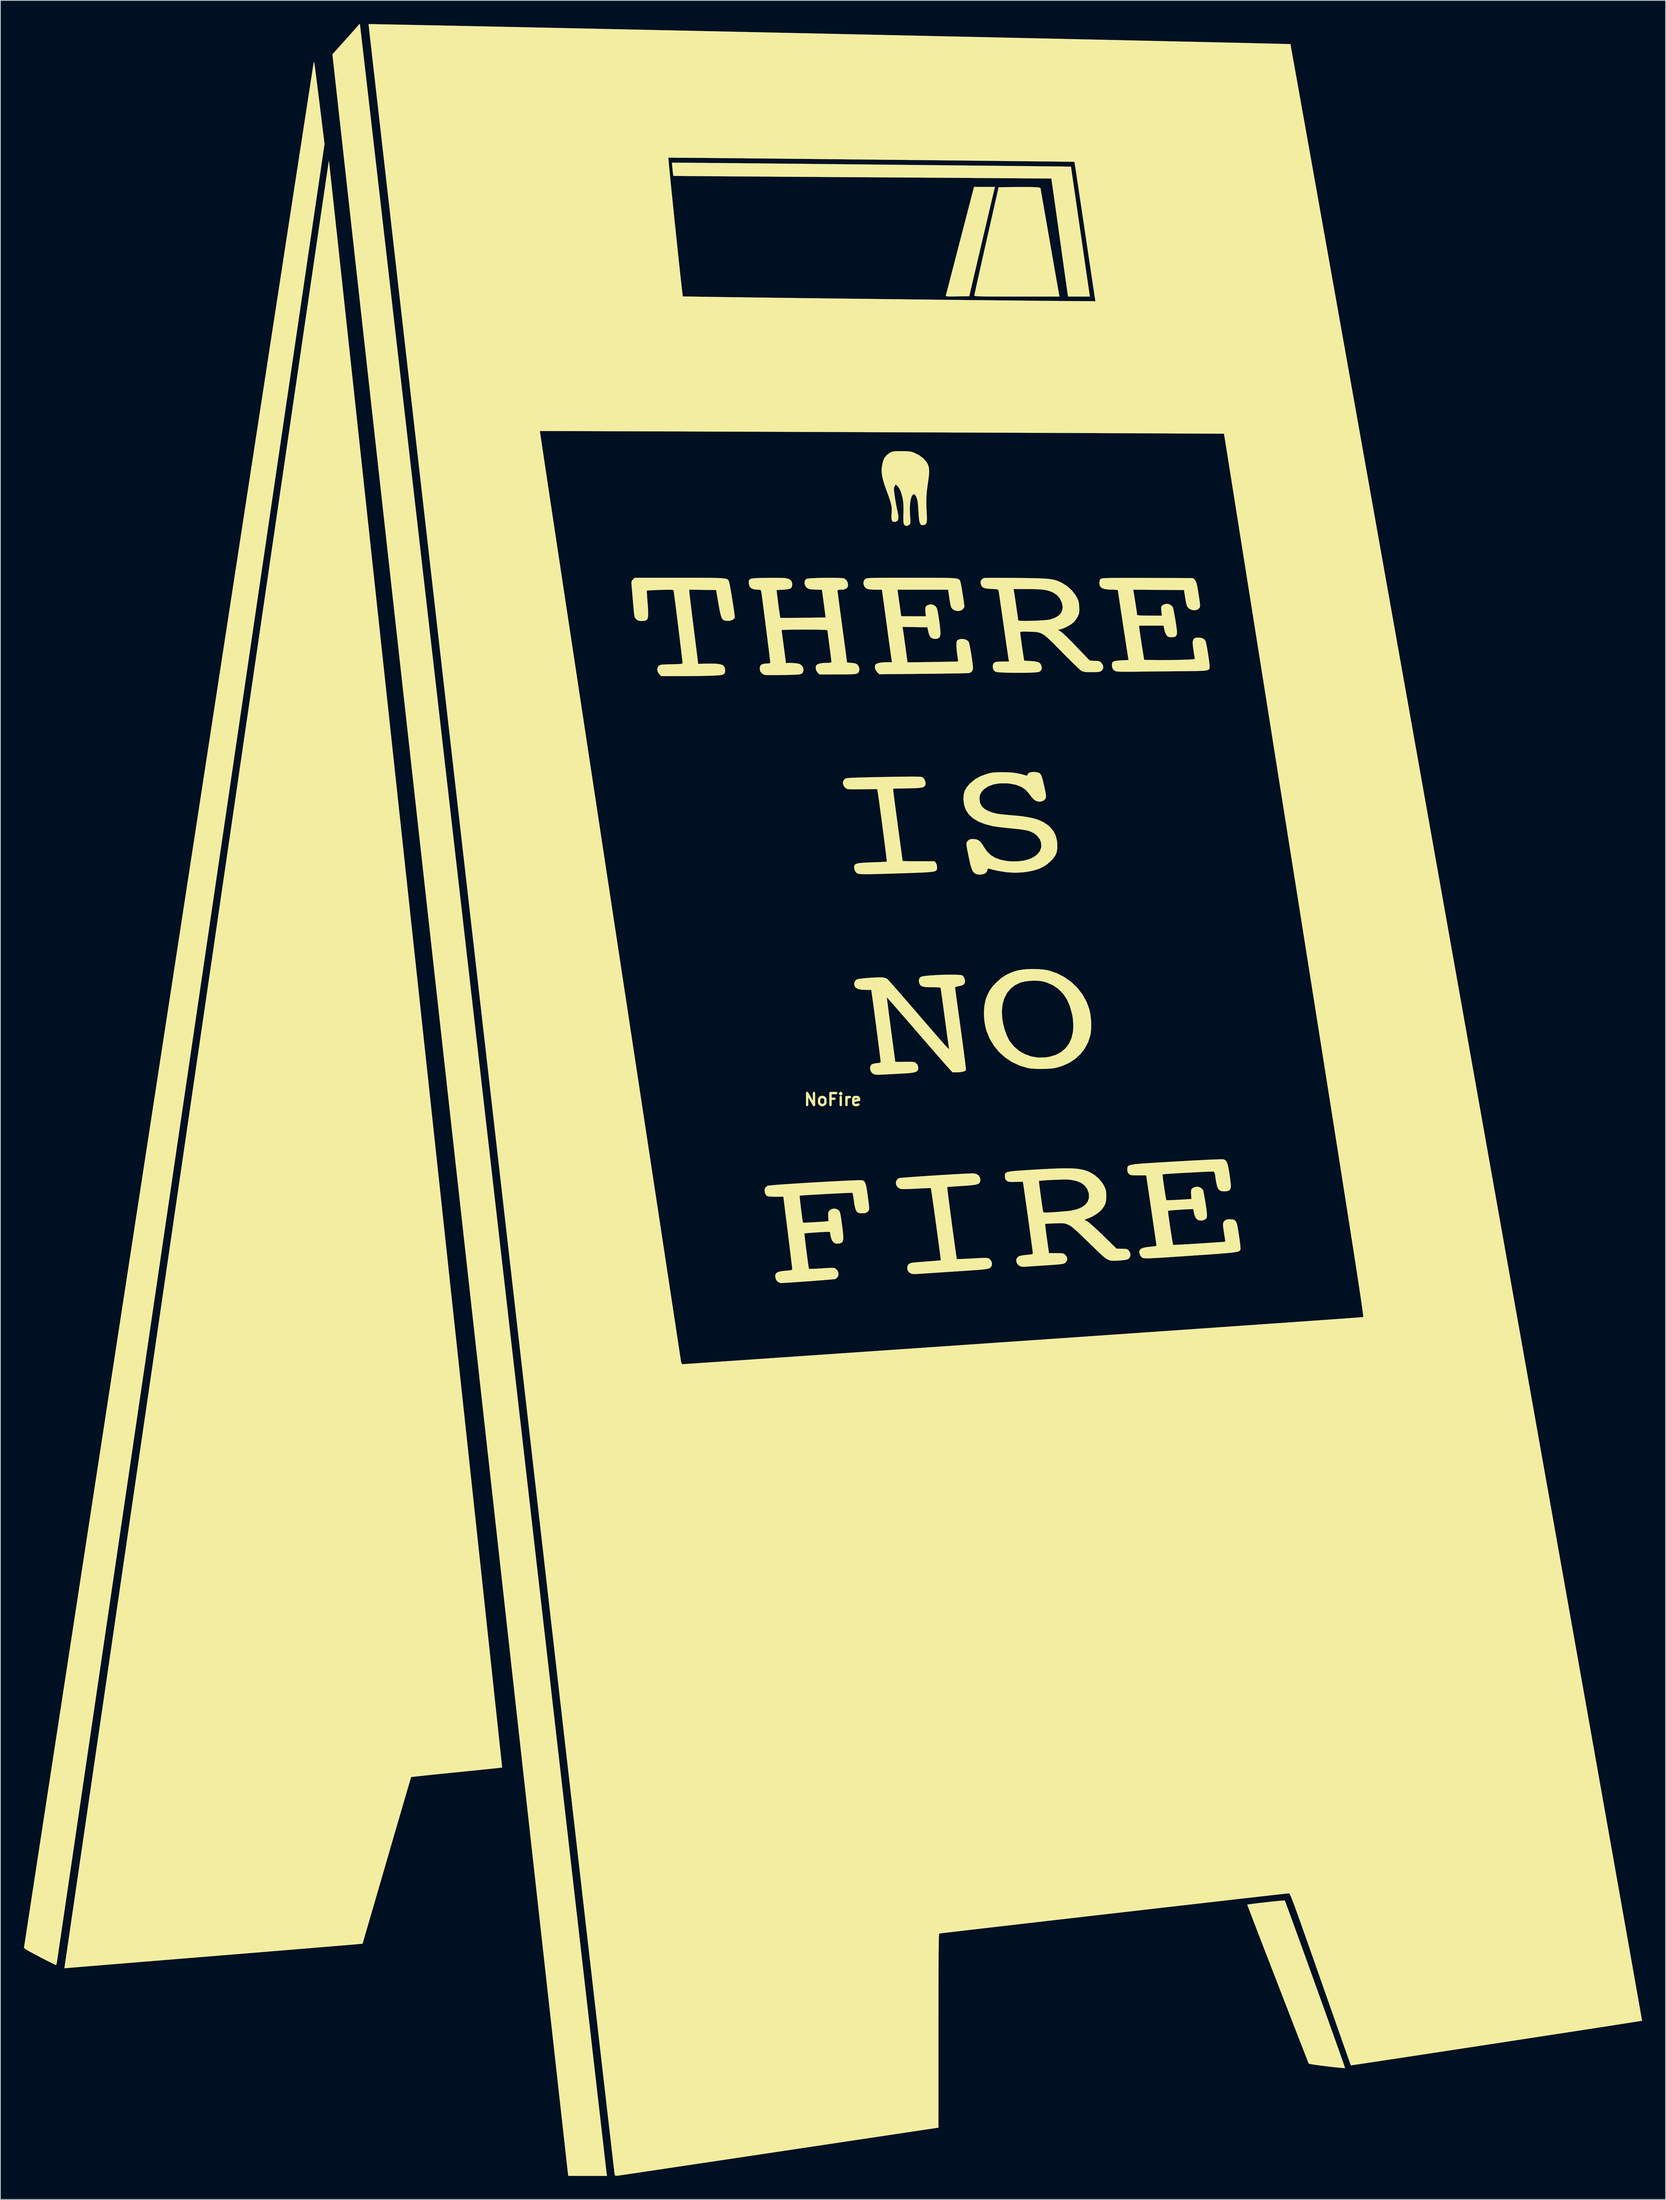
<source format=kicad_pcb>
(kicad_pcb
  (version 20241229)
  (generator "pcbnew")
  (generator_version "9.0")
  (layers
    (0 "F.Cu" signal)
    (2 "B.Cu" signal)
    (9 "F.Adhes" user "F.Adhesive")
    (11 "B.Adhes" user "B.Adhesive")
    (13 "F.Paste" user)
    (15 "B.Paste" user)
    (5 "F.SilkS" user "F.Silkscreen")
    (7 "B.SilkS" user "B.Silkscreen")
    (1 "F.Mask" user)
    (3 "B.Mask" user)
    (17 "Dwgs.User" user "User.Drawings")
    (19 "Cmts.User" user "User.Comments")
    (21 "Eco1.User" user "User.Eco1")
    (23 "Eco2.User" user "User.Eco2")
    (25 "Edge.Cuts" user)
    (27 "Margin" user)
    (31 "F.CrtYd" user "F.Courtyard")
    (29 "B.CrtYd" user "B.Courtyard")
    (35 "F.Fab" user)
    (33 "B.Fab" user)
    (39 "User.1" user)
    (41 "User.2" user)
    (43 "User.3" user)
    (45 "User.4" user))
  (footprint "NoFire"
    (layer "F.Cu")
    (at 103.043 136.998)
    (property "Reference" "NoFire" (at 0 0 0) (layer "F.SilkS") (effects (font (size 1.524 1.524) (thickness 0.3))))
    (attr through_hole)
    (fp_poly (pts (xy 20.602 -116.014) (xy 20.574 -115.897) (xy 20.51 -115.628) (xy 20.413 -115.22) (xy 20.287 -114.685) (xy 20.134 -114.036) (xy 19.958 -113.287) (xy 19.761 -112.449) (xy 19.546 -111.536) (xy 19.317 -110.56) (xy 19.076 -109.534) (xy 18.963 -109.051) (xy 17.384 -102.32) (xy 15.878 -102.297) (xy 15.34 -102.289) (xy 14.948 -102.288) (xy 14.681 -102.294) (xy 14.517 -102.31) (xy 14.432 -102.338) (xy 14.405 -102.379) (xy 14.41 -102.424) (xy 14.436 -102.527) (xy 14.502 -102.782) (xy 14.604 -103.176) (xy 14.739 -103.697) (xy 14.904 -104.332) (xy 15.095 -105.069) (xy 15.309 -105.896) (xy 15.543 -106.801) (xy 15.794 -107.77) (xy 16.059 -108.792) (xy 16.219 -109.41) (xy 17.992 -116.246) (xy 19.327 -116.247) (xy 20.662 -116.247) (xy 20.602 -116.014)) (stroke (width 0.01) (type solid)) (fill yes) (layer "F.SilkS"))
    (fp_poly (pts (xy 24.746 -116.229) (xy 25.268 -116.223) (xy 25.697 -116.213) (xy 26.009 -116.199) (xy 26.179 -116.182) (xy 26.187 -116.18) (xy 26.458 -116.11) (xy 27.609 -109.511) (xy 27.79 -108.469) (xy 27.965 -107.469) (xy 28.129 -106.526) (xy 28.282 -105.652) (xy 28.421 -104.86) (xy 28.542 -104.165) (xy 28.645 -103.58) (xy 28.726 -103.118) (xy 28.784 -102.792) (xy 28.815 -102.615) (xy 28.819 -102.595) (xy 28.879 -102.277) (xy 23.457 -102.277) (xy 22.363 -102.278) (xy 21.427 -102.278) (xy 20.637 -102.28) (xy 19.979 -102.283) (xy 19.441 -102.288) (xy 19.013 -102.295) (xy 18.681 -102.304) (xy 18.433 -102.315) (xy 18.258 -102.33) (xy 18.143 -102.348) (xy 18.075 -102.369) (xy 18.044 -102.395) (xy 18.036 -102.424) (xy 18.036 -102.425) (xy 18.055 -102.529) (xy 18.109 -102.785) (xy 18.194 -103.182) (xy 18.309 -103.706) (xy 18.45 -104.345) (xy 18.615 -105.086) (xy 18.801 -105.918) (xy 19.004 -106.827) (xy 19.224 -107.8) (xy 19.455 -108.827) (xy 19.583 -109.389) (xy 21.126 -116.205) (xy 23.521 -116.227) (xy 24.155 -116.231) (xy 24.746 -116.229)) (stroke (width 0.01) (type solid)) (fill yes) (layer "F.SilkS"))
    (fp_poly (pts (xy 57.585 102.009) (xy 57.622 102.096) (xy 57.712 102.332) (xy 57.851 102.704) (xy 58.034 103.2) (xy 58.258 103.811) (xy 58.518 104.525) (xy 58.811 105.329) (xy 59.132 106.214) (xy 59.478 107.168) (xy 59.844 108.179) (xy 60.226 109.236) (xy 60.62 110.328) (xy 61.022 111.443) (xy 61.428 112.571) (xy 61.834 113.7) (xy 62.236 114.819) (xy 62.63 115.916) (xy 63.012 116.981) (xy 63.377 118.001) (xy 63.722 118.966) (xy 64.043 119.865) (xy 64.335 120.685) (xy 64.595 121.416) (xy 64.818 122.047) (xy 65 122.566) (xy 65.138 122.961) (xy 65.227 123.223) (xy 65.263 123.338) (xy 65.263 123.343) (xy 65.175 123.35) (xy 64.942 123.338) (xy 64.583 123.308) (xy 64.123 123.262) (xy 63.583 123.203) (xy 62.983 123.133) (xy 62.95 123.129) (xy 62.348 123.053) (xy 61.803 122.98) (xy 61.338 122.914) (xy 60.975 122.858) (xy 60.734 122.815) (xy 60.639 122.788) (xy 60.639 122.787) (xy 60.519 122.487) (xy 60.35 122.059) (xy 60.136 121.513) (xy 59.881 120.86) (xy 59.59 120.113) (xy 59.266 119.281) (xy 58.914 118.377) (xy 58.539 117.412) (xy 58.146 116.398) (xy 57.737 115.345) (xy 57.319 114.265) (xy 56.894 113.169) (xy 56.469 112.069) (xy 56.046 110.977) (xy 55.631 109.902) (xy 55.227 108.857) (xy 54.84 107.854) (xy 54.473 106.903) (xy 54.131 106.015) (xy 53.819 105.203) (xy 53.54 104.478) (xy 53.3 103.85) (xy 53.101 103.331) (xy 52.95 102.933) (xy 52.85 102.667) (xy 52.806 102.544) (xy 52.804 102.536) (xy 52.898 102.513) (xy 53.133 102.475) (xy 53.483 102.428) (xy 53.923 102.372) (xy 54.426 102.313) (xy 54.967 102.251) (xy 55.518 102.19) (xy 56.053 102.134) (xy 56.547 102.084) (xy 56.974 102.044) (xy 57.306 102.017) (xy 57.519 102.005) (xy 57.585 102.009)) (stroke (width 0.01) (type solid)) (fill yes) (layer "F.SilkS"))
    (fp_poly (pts (xy 26.085 -16.622) (xy 26.759 -16.573) (xy 27.342 -16.486) (xy 27.554 -16.436) (xy 28.59 -16.074) (xy 29.548 -15.575) (xy 30.414 -14.951) (xy 31.176 -14.216) (xy 31.818 -13.383) (xy 32.329 -12.465) (xy 32.683 -11.511) (xy 32.811 -10.924) (xy 32.893 -10.248) (xy 32.925 -9.541) (xy 32.906 -8.864) (xy 32.833 -8.276) (xy 32.814 -8.185) (xy 32.537 -7.318) (xy 32.114 -6.52) (xy 31.558 -5.805) (xy 30.883 -5.184) (xy 30.102 -4.671) (xy 29.228 -4.277) (xy 28.346 -4.029) (xy 27.914 -3.965) (xy 27.372 -3.924) (xy 26.769 -3.904) (xy 26.155 -3.906) (xy 25.58 -3.931) (xy 25.091 -3.978) (xy 24.849 -4.019) (xy 23.807 -4.328) (xy 22.841 -4.78) (xy 21.963 -5.361) (xy 21.186 -6.06) (xy 20.523 -6.865) (xy 19.985 -7.764) (xy 19.586 -8.745) (xy 19.46 -9.19) (xy 19.33 -9.887) (xy 19.266 -10.633) (xy 19.266 -11.29) (xy 21.542 -11.29) (xy 21.586 -10.366) (xy 21.59 -10.329) (xy 21.716 -9.607) (xy 21.908 -8.884) (xy 22.152 -8.209) (xy 22.43 -7.631) (xy 22.552 -7.431) (xy 23.101 -6.751) (xy 23.753 -6.197) (xy 24.492 -5.776) (xy 25.3 -5.493) (xy 26.162 -5.356) (xy 27.059 -5.371) (xy 27.642 -5.462) (xy 28.43 -5.704) (xy 29.104 -6.068) (xy 29.661 -6.548) (xy 30.098 -7.136) (xy 30.411 -7.825) (xy 30.597 -8.609) (xy 30.651 -9.48) (xy 30.57 -10.432) (xy 30.489 -10.88) (xy 30.214 -11.878) (xy 29.831 -12.747) (xy 29.339 -13.485) (xy 28.738 -14.095) (xy 28.027 -14.576) (xy 27.207 -14.928) (xy 26.841 -15.035) (xy 26.343 -15.117) (xy 25.749 -15.146) (xy 25.121 -15.125) (xy 24.521 -15.055) (xy 24.009 -14.94) (xy 23.918 -14.91) (xy 23.232 -14.584) (xy 22.656 -14.134) (xy 22.194 -13.57) (xy 21.851 -12.902) (xy 21.632 -12.138) (xy 21.542 -11.29) (xy 19.266 -11.29) (xy 19.266 -11.38) (xy 19.331 -12.077) (xy 19.46 -12.677) (xy 19.494 -12.785) (xy 19.72 -13.372) (xy 19.968 -13.858) (xy 20.274 -14.299) (xy 20.673 -14.752) (xy 20.864 -14.946) (xy 21.481 -15.488) (xy 22.13 -15.909) (xy 22.858 -16.235) (xy 23.5 -16.437) (xy 24.027 -16.54) (xy 24.668 -16.605) (xy 25.371 -16.633) (xy 26.085 -16.622)) (stroke (width 0.01) (type solid)) (fill yes) (layer "F.SilkS"))
    (fp_poly (pts (xy -20.142 -119.331) (xy -19.737 -119.328) (xy -19.182 -119.325) (xy -18.484 -119.319) (xy -17.65 -119.312) (xy -16.686 -119.304) (xy -15.598 -119.294) (xy -14.394 -119.283) (xy -13.079 -119.271) (xy -11.66 -119.257) (xy -10.144 -119.243) (xy -8.537 -119.227) (xy -6.847 -119.211) (xy -5.078 -119.193) (xy -3.239 -119.175) (xy -1.335 -119.156) (xy 0.626 -119.136) (xy 2.639 -119.116) (xy 4.697 -119.094) (xy 4.948 -119.092) (xy 30.343 -118.83) (xy 31.506 -110.829) (xy 31.674 -109.679) (xy 31.834 -108.574) (xy 31.987 -107.524) (xy 32.13 -106.542) (xy 32.261 -105.639) (xy 32.38 -104.829) (xy 32.483 -104.122) (xy 32.569 -103.531) (xy 32.637 -103.068) (xy 32.684 -102.745) (xy 32.709 -102.573) (xy 32.712 -102.552) (xy 32.755 -102.277) (xy 29.98 -102.277) (xy 29.931 -102.552) (xy 29.912 -102.677) (xy 29.871 -102.956) (xy 29.811 -103.377) (xy 29.733 -103.928) (xy 29.638 -104.595) (xy 29.529 -105.367) (xy 29.408 -106.231) (xy 29.276 -107.173) (xy 29.134 -108.181) (xy 28.986 -109.242) (xy 28.872 -110.056) (xy 28.72 -111.141) (xy 28.575 -112.178) (xy 28.438 -113.153) (xy 28.31 -114.055) (xy 28.194 -114.872) (xy 28.091 -115.591) (xy 28.004 -116.201) (xy 27.933 -116.689) (xy 27.88 -117.043) (xy 27.848 -117.251) (xy 27.838 -117.303) (xy 27.752 -117.306) (xy 27.504 -117.309) (xy 27.1 -117.313) (xy 26.547 -117.318) (xy 25.851 -117.324) (xy 25.02 -117.33) (xy 24.06 -117.338) (xy 22.977 -117.346) (xy 21.78 -117.354) (xy 20.473 -117.364) (xy 19.064 -117.374) (xy 17.561 -117.384) (xy 15.968 -117.395) (xy 14.294 -117.406) (xy 12.545 -117.418) (xy 10.728 -117.43) (xy 8.849 -117.442) (xy 6.915 -117.454) (xy 4.934 -117.467) (xy 3.768 -117.474) (xy 1.761 -117.487) (xy -0.201 -117.5) (xy -2.113 -117.512) (xy -3.967 -117.524) (xy -5.756 -117.536) (xy -7.474 -117.548) (xy -9.115 -117.559) (xy -10.67 -117.569) (xy -12.135 -117.58) (xy -13.501 -117.589) (xy -14.763 -117.598) (xy -15.913 -117.607) (xy -16.944 -117.615) (xy -17.851 -117.622) (xy -18.626 -117.628) (xy -19.262 -117.634) (xy -19.754 -117.638) (xy -20.093 -117.642) (xy -20.273 -117.645) (xy -20.303 -117.646) (xy -20.324 -117.735) (xy -20.355 -117.947) (xy -20.39 -118.238) (xy -20.424 -118.563) (xy -20.454 -118.878) (xy -20.474 -119.138) (xy -20.481 -119.3) (xy -20.477 -119.33) (xy -20.391 -119.331) (xy -20.142 -119.331)) (stroke (width 0.01) (type solid)) (fill yes) (layer "F.SilkS"))
    (fp_poly (pts (xy 9.249 -82.584) (xy 9.608 -82.567) (xy 9.881 -82.533) (xy 10.112 -82.478) (xy 10.338 -82.397) (xy 10.979 -82.08) (xy 11.515 -81.686) (xy 11.919 -81.238) (xy 12.002 -81.112) (xy 12.135 -80.853) (xy 12.224 -80.579) (xy 12.271 -80.264) (xy 12.275 -79.879) (xy 12.238 -79.398) (xy 12.16 -78.795) (xy 12.1 -78.393) (xy 11.995 -77.603) (xy 11.934 -76.84) (xy 11.916 -76.049) (xy 11.939 -75.177) (xy 11.969 -74.634) (xy 11.994 -74.104) (xy 11.986 -73.719) (xy 11.941 -73.455) (xy 11.85 -73.29) (xy 11.707 -73.201) (xy 11.539 -73.168) (xy 11.358 -73.171) (xy 11.219 -73.234) (xy 11.114 -73.376) (xy 11.038 -73.616) (xy 10.982 -73.973) (xy 10.939 -74.468) (xy 10.915 -74.869) (xy 10.876 -75.498) (xy 10.83 -75.984) (xy 10.772 -76.352) (xy 10.697 -76.628) (xy 10.6 -76.838) (xy 10.506 -76.974) (xy 10.38 -77.101) (xy 10.278 -77.101) (xy 10.211 -77.054) (xy 10.05 -76.825) (xy 9.928 -76.45) (xy 9.849 -75.951) (xy 9.815 -75.346) (xy 9.828 -74.655) (xy 9.861 -74.189) (xy 9.891 -73.811) (xy 9.897 -73.563) (xy 9.877 -73.403) (xy 9.825 -73.294) (xy 9.779 -73.236) (xy 9.561 -73.089) (xy 9.327 -73.07) (xy 9.13 -73.174) (xy 9.049 -73.3) (xy 9.01 -73.502) (xy 8.99 -73.855) (xy 8.99 -74.34) (xy 9 -74.718) (xy 9.011 -75.439) (xy 8.981 -76.042) (xy 8.906 -76.573) (xy 8.777 -77.081) (xy 8.639 -77.484) (xy 8.503 -77.781) (xy 8.343 -78.042) (xy 8.247 -78.155) (xy 8.098 -78.285) (xy 8.011 -78.305) (xy 7.929 -78.222) (xy 7.91 -78.195) (xy 7.827 -77.997) (xy 7.79 -77.744) (xy 7.79 -77.729) (xy 7.806 -77.5) (xy 7.849 -77.147) (xy 7.912 -76.71) (xy 7.99 -76.231) (xy 8.074 -75.751) (xy 8.158 -75.312) (xy 8.235 -74.954) (xy 8.26 -74.854) (xy 8.358 -74.348) (xy 8.353 -73.972) (xy 8.243 -73.723) (xy 8.027 -73.595) (xy 7.849 -73.575) (xy 7.661 -73.613) (xy 7.54 -73.742) (xy 7.48 -73.98) (xy 7.473 -74.35) (xy 7.492 -74.648) (xy 7.513 -74.977) (xy 7.511 -75.273) (xy 7.482 -75.566) (xy 7.417 -75.886) (xy 7.311 -76.262) (xy 7.156 -76.723) (xy 6.948 -77.3) (xy 6.847 -77.57) (xy 6.587 -78.301) (xy 6.401 -78.914) (xy 6.284 -79.44) (xy 6.229 -79.911) (xy 6.231 -80.356) (xy 6.266 -80.691) (xy 6.392 -81.282) (xy 6.594 -81.744) (xy 6.89 -82.106) (xy 7.3 -82.398) (xy 7.366 -82.434) (xy 7.521 -82.502) (xy 7.707 -82.548) (xy 7.961 -82.575) (xy 8.317 -82.587) (xy 8.763 -82.589) (xy 9.249 -82.584)) (stroke (width 0.01) (type solid)) (fill yes) (layer "F.SilkS"))
    (fp_poly (pts (xy 10.393 -41.136) (xy 10.786 -41.131) (xy 11.074 -41.12) (xy 11.267 -41.104) (xy 11.376 -41.083) (xy 11.39 -41.078) (xy 11.586 -40.911) (xy 11.742 -40.647) (xy 11.823 -40.357) (xy 11.816 -40.163) (xy 11.764 -40.012) (xy 11.678 -39.895) (xy 11.54 -39.806) (xy 11.328 -39.742) (xy 11.023 -39.697) (xy 10.605 -39.667) (xy 10.054 -39.648) (xy 9.508 -39.638) (xy 7.705 -39.609) (xy 7.705 -39.392) (xy 7.716 -39.268) (xy 7.748 -38.992) (xy 7.799 -38.583) (xy 7.866 -38.055) (xy 7.948 -37.426) (xy 8.043 -36.713) (xy 8.147 -35.932) (xy 8.26 -35.099) (xy 8.297 -34.822) (xy 8.411 -33.983) (xy 8.518 -33.195) (xy 8.616 -32.473) (xy 8.702 -31.835) (xy 8.774 -31.295) (xy 8.831 -30.869) (xy 8.87 -30.574) (xy 8.889 -30.424) (xy 8.89 -30.41) (xy 8.971 -30.393) (xy 9.198 -30.378) (xy 9.548 -30.366) (xy 9.998 -30.357) (xy 10.525 -30.352) (xy 10.929 -30.351) (xy 12.968 -30.353) (xy 13.13 -30.153) (xy 13.239 -29.928) (xy 13.29 -29.638) (xy 13.275 -29.365) (xy 13.226 -29.236) (xy 13.169 -29.171) (xy 13.079 -29.115) (xy 12.94 -29.067) (xy 12.74 -29.026) (xy 12.463 -28.99) (xy 12.096 -28.958) (xy 11.624 -28.928) (xy 11.033 -28.9) (xy 10.309 -28.872) (xy 9.438 -28.843) (xy 8.89 -28.825) (xy 7.779 -28.791) (xy 6.824 -28.762) (xy 6.013 -28.739) (xy 5.333 -28.722) (xy 4.772 -28.712) (xy 4.318 -28.707) (xy 3.956 -28.709) (xy 3.675 -28.718) (xy 3.463 -28.732) (xy 3.306 -28.754) (xy 3.192 -28.782) (xy 3.108 -28.817) (xy 3.041 -28.859) (xy 3.02 -28.875) (xy 2.834 -29.114) (xy 2.73 -29.43) (xy 2.734 -29.742) (xy 2.745 -29.782) (xy 2.803 -29.897) (xy 2.907 -29.988) (xy 3.078 -30.058) (xy 3.334 -30.112) (xy 3.695 -30.152) (xy 4.18 -30.184) (xy 4.808 -30.209) (xy 5.053 -30.217) (xy 5.587 -30.235) (xy 6.061 -30.254) (xy 6.45 -30.274) (xy 6.729 -30.292) (xy 6.872 -30.308) (xy 6.886 -30.312) (xy 6.881 -30.399) (xy 6.855 -30.635) (xy 6.812 -31.001) (xy 6.753 -31.479) (xy 6.682 -32.049) (xy 6.6 -32.693) (xy 6.51 -33.391) (xy 6.415 -34.126) (xy 6.316 -34.879) (xy 6.217 -35.63) (xy 6.12 -36.361) (xy 6.027 -37.052) (xy 5.941 -37.686) (xy 5.864 -38.244) (xy 5.799 -38.706) (xy 5.748 -39.053) (xy 5.713 -39.268) (xy 5.713 -39.268) (xy 5.664 -39.547) (xy 3.77 -39.522) (xy 3.154 -39.515) (xy 2.684 -39.512) (xy 2.337 -39.516) (xy 2.089 -39.528) (xy 1.916 -39.549) (xy 1.796 -39.582) (xy 1.706 -39.627) (xy 1.642 -39.671) (xy 1.406 -39.928) (xy 1.296 -40.226) (xy 1.315 -40.523) (xy 1.466 -40.777) (xy 1.57 -40.862) (xy 1.632 -40.892) (xy 1.728 -40.919) (xy 1.871 -40.943) (xy 2.074 -40.963) (xy 2.351 -40.982) (xy 2.715 -40.999) (xy 3.179 -41.016) (xy 3.757 -41.032) (xy 4.462 -41.049) (xy 5.307 -41.066) (xy 6.307 -41.086) (xy 6.477 -41.089) (xy 7.556 -41.108) (xy 8.477 -41.123) (xy 9.249 -41.132) (xy 9.885 -41.137) (xy 10.393 -41.136)) (stroke (width 0.01) (type solid)) (fill yes) (layer "F.SilkS"))
    (fp_poly (pts (xy 18.279 9.465) (xy 18.571 9.649) (xy 18.752 9.925) (xy 18.796 10.18) (xy 18.786 10.374) (xy 18.743 10.53) (xy 18.65 10.652) (xy 18.49 10.748) (xy 18.244 10.823) (xy 17.895 10.882) (xy 17.425 10.931) (xy 16.817 10.977) (xy 16.26 11.012) (xy 15.749 11.044) (xy 15.3 11.074) (xy 14.937 11.101) (xy 14.688 11.123) (xy 14.578 11.137) (xy 14.575 11.138) (xy 14.581 11.224) (xy 14.608 11.458) (xy 14.652 11.824) (xy 14.712 12.301) (xy 14.785 12.871) (xy 14.869 13.516) (xy 14.961 14.218) (xy 15.059 14.956) (xy 15.16 15.714) (xy 15.262 16.472) (xy 15.361 17.211) (xy 15.457 17.914) (xy 15.546 18.56) (xy 15.625 19.133) (xy 15.693 19.613) (xy 15.746 19.982) (xy 15.783 20.22) (xy 15.801 20.31) (xy 15.801 20.31) (xy 15.889 20.314) (xy 16.122 20.31) (xy 16.476 20.297) (xy 16.928 20.276) (xy 17.453 20.25) (xy 17.779 20.232) (xy 18.404 20.197) (xy 18.882 20.173) (xy 19.236 20.16) (xy 19.489 20.158) (xy 19.665 20.17) (xy 19.784 20.194) (xy 19.872 20.231) (xy 19.949 20.283) (xy 19.958 20.29) (xy 20.174 20.531) (xy 20.277 20.818) (xy 20.265 21.105) (xy 20.137 21.346) (xy 19.993 21.456) (xy 19.912 21.494) (xy 19.817 21.528) (xy 19.696 21.558) (xy 19.532 21.587) (xy 19.313 21.616) (xy 19.024 21.647) (xy 18.651 21.679) (xy 18.179 21.716) (xy 17.595 21.757) (xy 16.885 21.805) (xy 16.033 21.861) (xy 15.028 21.927) (xy 14.217 21.979) (xy 13.444 22.03) (xy 12.729 22.077) (xy 12.091 22.119) (xy 11.55 22.155) (xy 11.124 22.184) (xy 10.833 22.205) (xy 10.71 22.214) (xy 10.398 22.22) (xy 10.107 22.193) (xy 10.016 22.173) (xy 9.713 22.009) (xy 9.533 21.733) (xy 9.483 21.415) (xy 9.547 21.106) (xy 9.745 20.896) (xy 9.991 20.798) (xy 10.137 20.775) (xy 10.423 20.744) (xy 10.821 20.707) (xy 11.301 20.667) (xy 11.835 20.626) (xy 11.973 20.616) (xy 12.501 20.577) (xy 12.968 20.541) (xy 13.348 20.51) (xy 13.617 20.486) (xy 13.751 20.471) (xy 13.761 20.468) (xy 13.755 20.38) (xy 13.727 20.144) (xy 13.681 19.777) (xy 13.619 19.298) (xy 13.543 18.726) (xy 13.457 18.079) (xy 13.362 17.377) (xy 13.261 16.637) (xy 13.157 15.878) (xy 13.052 15.12) (xy 12.949 14.38) (xy 12.85 13.677) (xy 12.759 13.029) (xy 12.677 12.457) (xy 12.607 11.977) (xy 12.552 11.609) (xy 12.514 11.371) (xy 12.496 11.282) (xy 12.495 11.282) (xy 12.401 11.273) (xy 12.164 11.275) (xy 11.81 11.286) (xy 11.364 11.306) (xy 10.853 11.333) (xy 10.727 11.34) (xy 10.183 11.369) (xy 9.677 11.389) (xy 9.242 11.399) (xy 8.908 11.398) (xy 8.707 11.387) (xy 8.691 11.384) (xy 8.385 11.26) (xy 8.171 11.044) (xy 8.055 10.775) (xy 8.045 10.492) (xy 8.148 10.233) (xy 8.371 10.036) (xy 8.442 10.003) (xy 8.56 9.984) (xy 8.828 9.957) (xy 9.227 9.923) (xy 9.738 9.883) (xy 10.342 9.838) (xy 11.021 9.791) (xy 11.754 9.741) (xy 12.524 9.69) (xy 13.31 9.64) (xy 14.095 9.592) (xy 14.858 9.546) (xy 15.582 9.504) (xy 16.247 9.468) (xy 16.834 9.437) (xy 17.324 9.415) (xy 17.698 9.402) (xy 17.904 9.398) (xy 18.279 9.465)) (stroke (width 0.01) (type solid)) (fill yes) (layer "F.SilkS"))
    (fp_poly (pts (xy -60.246 -136.982) (xy -60.234 -136.897) (xy -60.204 -136.646) (xy -60.155 -136.232) (xy -60.088 -135.659) (xy -60.003 -134.929) (xy -59.9 -134.045) (xy -59.78 -133.009) (xy -59.643 -131.824) (xy -59.489 -130.493) (xy -59.319 -129.02) (xy -59.133 -127.406) (xy -58.931 -125.655) (xy -58.713 -123.769) (xy -58.481 -121.751) (xy -58.234 -119.604) (xy -57.972 -117.33) (xy -57.696 -114.933) (xy -57.406 -112.416) (xy -57.103 -109.78) (xy -56.787 -107.03) (xy -56.457 -104.167) (xy -56.116 -101.194) (xy -55.762 -98.115) (xy -55.396 -94.932) (xy -55.018 -91.648) (xy -54.63 -88.265) (xy -54.23 -84.787) (xy -53.82 -81.216) (xy -53.399 -77.555) (xy -52.969 -73.807) (xy -52.529 -69.975) (xy -52.08 -66.061) (xy -51.621 -62.068) (xy -51.154 -57.999) (xy -50.679 -53.857) (xy -50.195 -49.645) (xy -49.704 -45.365) (xy -49.206 -41.02) (xy -48.7 -36.614) (xy -48.188 -32.148) (xy -47.669 -27.625) (xy -47.144 -23.049) (xy -46.614 -18.422) (xy -46.078 -13.747) (xy -45.537 -9.027) (xy -44.99 -4.265) (xy -44.535 -0.29) (xy -43.985 4.507) (xy -43.44 9.264) (xy -42.899 13.979) (xy -42.364 18.648) (xy -41.834 23.269) (xy -41.31 27.839) (xy -40.792 32.356) (xy -40.281 36.815) (xy -39.776 41.216) (xy -39.279 45.554) (xy -38.789 49.827) (xy -38.307 54.032) (xy -37.833 58.167) (xy -37.367 62.228) (xy -36.91 66.214) (xy -36.462 70.12) (xy -36.023 73.944) (xy -35.594 77.684) (xy -35.176 81.336) (xy -34.767 84.898) (xy -34.369 88.367) (xy -33.982 91.74) (xy -33.607 95.014) (xy -33.243 98.187) (xy -32.891 101.256) (xy -32.551 104.217) (xy -32.224 107.069) (xy -31.909 109.808) (xy -31.608 112.432) (xy -31.321 114.937) (xy -31.047 117.321) (xy -30.788 119.582) (xy -30.543 121.716) (xy -30.313 123.72) (xy -30.098 125.592) (xy -29.899 127.329) (xy -29.715 128.927) (xy -29.548 130.386) (xy -29.396 131.7) (xy -29.262 132.869) (xy -29.145 133.888) (xy -29.045 134.755) (xy -28.963 135.468) (xy -28.899 136.023) (xy -28.854 136.418) (xy -28.827 136.649) (xy -28.819 136.715) (xy -28.767 137.075) (xy -33.69 137.075) (xy -33.735 136.8) (xy -33.746 136.707) (xy -33.776 136.448) (xy -33.823 136.026) (xy -33.888 135.445) (xy -33.971 134.706) (xy -34.07 133.814) (xy -34.187 132.77) (xy -34.32 131.577) (xy -34.469 130.239) (xy -34.634 128.758) (xy -34.815 127.137) (xy -35.011 125.378) (xy -35.222 123.485) (xy -35.447 121.461) (xy -35.687 119.308) (xy -35.94 117.028) (xy -36.208 114.626) (xy -36.489 112.103) (xy -36.782 109.463) (xy -37.089 106.708) (xy -37.408 103.841) (xy -37.739 100.866) (xy -38.082 97.784) (xy -38.436 94.598) (xy -38.801 91.312) (xy -39.178 87.929) (xy -39.565 84.45) (xy -39.962 80.879) (xy -40.369 77.22) (xy -40.785 73.473) (xy -41.211 69.643) (xy -41.646 65.732) (xy -42.089 61.743) (xy -42.541 57.679) (xy -43.001 53.543) (xy -43.469 49.337) (xy -43.944 45.064) (xy -44.426 40.728) (xy -44.914 36.331) (xy -45.41 31.875) (xy -45.911 27.364) (xy -46.418 22.8) (xy -46.931 18.186) (xy -47.449 13.526) (xy -47.972 8.821) (xy -48.499 4.076) (xy -48.763 1.701) (xy -63.745 -133.123) (xy -62.077 -134.986) (xy -61.652 -135.461) (xy -61.264 -135.898) (xy -60.925 -136.279) (xy -60.652 -136.589) (xy -60.459 -136.81) (xy -60.36 -136.927) (xy -60.351 -136.938) (xy -60.268 -136.993) (xy -60.246 -136.982)) (stroke (width 0.01) (type solid)) (fill yes) (layer "F.SilkS"))
    (fp_poly (pts (xy -66.035 -131.911) (xy -66.014 -131.774) (xy -65.974 -131.485) (xy -65.918 -131.06) (xy -65.847 -130.514) (xy -65.764 -129.864) (xy -65.67 -129.125) (xy -65.568 -128.312) (xy -65.459 -127.443) (xy -65.362 -126.661) (xy -64.75 -121.708) (xy -81.779 -6.011) (xy -82.427 -1.608) (xy -83.07 2.755) (xy -83.706 7.075) (xy -84.335 11.35) (xy -84.957 15.575) (xy -85.571 19.749) (xy -86.177 23.867) (xy -86.775 27.927) (xy -87.364 31.927) (xy -87.943 35.862) (xy -88.513 39.73) (xy -89.072 43.528) (xy -89.62 47.253) (xy -90.158 50.902) (xy -90.683 54.471) (xy -91.197 57.958) (xy -91.697 61.36) (xy -92.185 64.673) (xy -92.66 67.896) (xy -93.12 71.023) (xy -93.567 74.054) (xy -93.998 76.984) (xy -94.415 79.81) (xy -94.815 82.531) (xy -95.2 85.141) (xy -95.568 87.639) (xy -95.919 90.022) (xy -96.252 92.286) (xy -96.568 94.428) (xy -96.865 96.446) (xy -97.144 98.336) (xy -97.403 100.095) (xy -97.643 101.721) (xy -97.862 103.21) (xy -98.061 104.559) (xy -98.239 105.765) (xy -98.395 106.825) (xy -98.53 107.737) (xy -98.642 108.497) (xy -98.731 109.102) (xy -98.798 109.549) (xy -98.84 109.835) (xy -98.858 109.957) (xy -98.859 109.961) (xy -98.908 110.147) (xy -98.959 110.233) (xy -98.964 110.234) (xy -99.05 110.196) (xy -99.267 110.09) (xy -99.594 109.927) (xy -100.011 109.717) (xy -100.497 109.469) (xy -101.027 109.197) (xy -101.598 108.898) (xy -102.097 108.629) (xy -102.506 108.399) (xy -102.81 108.217) (xy -102.992 108.094) (xy -103.038 108.043) (xy -103.025 107.956) (xy -102.987 107.704) (xy -102.925 107.293) (xy -102.838 106.725) (xy -102.728 106.004) (xy -102.595 105.134) (xy -102.439 104.118) (xy -102.262 102.96) (xy -102.063 101.663) (xy -101.844 100.232) (xy -101.604 98.669) (xy -101.345 96.979) (xy -101.067 95.165) (xy -100.77 93.23) (xy -100.455 91.179) (xy -100.123 89.014) (xy -99.774 86.74) (xy -99.409 84.36) (xy -99.027 81.877) (xy -98.631 79.296) (xy -98.22 76.619) (xy -97.795 73.851) (xy -97.357 70.996) (xy -96.905 68.056) (xy -96.441 65.035) (xy -95.965 61.937) (xy -95.478 58.765) (xy -94.98 55.524) (xy -94.472 52.217) (xy -93.955 48.847) (xy -93.428 45.418) (xy -92.892 41.933) (xy -92.349 38.397) (xy -91.798 34.813) (xy -91.241 31.184) (xy -90.677 27.514) (xy -90.107 23.807) (xy -89.532 20.066) (xy -88.953 16.294) (xy -88.369 12.497) (xy -87.782 8.676) (xy -87.192 4.837) (xy -86.6 0.981) (xy -86.005 -2.886) (xy -85.41 -6.762) (xy -84.813 -10.643) (xy -84.216 -14.525) (xy -83.62 -18.405) (xy -83.025 -22.278) (xy -82.431 -26.142) (xy -81.839 -29.993) (xy -81.249 -33.827) (xy -80.663 -37.64) (xy -80.081 -41.43) (xy -79.502 -45.192) (xy -78.929 -48.922) (xy -78.361 -52.618) (xy -77.798 -56.275) (xy -77.243 -59.89) (xy -76.694 -63.459) (xy -76.153 -66.979) (xy -75.619 -70.446) (xy -75.095 -73.856) (xy -74.58 -77.206) (xy -74.074 -80.492) (xy -73.579 -83.711) (xy -73.095 -86.859) (xy -72.623 -89.932) (xy -72.162 -92.928) (xy -71.714 -95.841) (xy -71.279 -98.668) (xy -70.857 -101.407) (xy -70.45 -104.053) (xy -70.058 -106.603) (xy -69.681 -109.053) (xy -69.32 -111.399) (xy -68.975 -113.638) (xy -68.648 -115.766) (xy -68.338 -117.78) (xy -68.046 -119.676) (xy -67.772 -121.451) (xy -67.518 -123.1) (xy -67.284 -124.62) (xy -67.07 -126.008) (xy -66.877 -127.26) (xy -66.705 -128.373) (xy -66.556 -129.342) (xy -66.429 -130.164) (xy -66.325 -130.836) (xy -66.245 -131.354) (xy -66.189 -131.714) (xy -66.157 -131.912) (xy -66.151 -131.953) (xy -66.096 -132.207) (xy -66.035 -131.911)) (stroke (width 0.01) (type solid)) (fill yes) (layer "F.SilkS"))
    (fp_poly (pts (xy -18.392 -66.463) (xy -17.383 -66.462) (xy -16.52 -66.46) (xy -15.79 -66.455) (xy -15.183 -66.446) (xy -14.685 -66.433) (xy -14.287 -66.415) (xy -13.974 -66.391) (xy -13.737 -66.36) (xy -13.563 -66.321) (xy -13.44 -66.273) (xy -13.356 -66.216) (xy -13.3 -66.148) (xy -13.26 -66.068) (xy -13.228 -65.987) (xy -13.181 -65.816) (xy -13.116 -65.515) (xy -13.039 -65.111) (xy -12.954 -64.631) (xy -12.865 -64.103) (xy -12.776 -63.555) (xy -12.691 -63.013) (xy -12.616 -62.505) (xy -12.555 -62.059) (xy -12.511 -61.702) (xy -12.49 -61.462) (xy -12.492 -61.372) (xy -12.634 -61.181) (xy -12.893 -61.044) (xy -13.223 -60.972) (xy -13.575 -60.978) (xy -13.838 -61.043) (xy -13.967 -61.114) (xy -14.077 -61.234) (xy -14.176 -61.422) (xy -14.269 -61.699) (xy -14.364 -62.084) (xy -14.466 -62.596) (xy -14.583 -63.256) (xy -14.588 -63.288) (xy -14.862 -64.897) (xy -16.575 -64.92) (xy -18.288 -64.943) (xy -18.281 -64.708) (xy -18.27 -64.581) (xy -18.239 -64.303) (xy -18.19 -63.889) (xy -18.127 -63.357) (xy -18.05 -62.722) (xy -17.961 -62.003) (xy -17.863 -61.214) (xy -17.758 -60.372) (xy -17.71 -59.986) (xy -17.145 -55.499) (xy -16.087 -55.524) (xy -15.375 -55.53) (xy -14.815 -55.51) (xy -14.391 -55.456) (xy -14.085 -55.363) (xy -13.882 -55.226) (xy -13.766 -55.038) (xy -13.719 -54.795) (xy -13.716 -54.699) (xy -13.725 -54.482) (xy -13.768 -54.319) (xy -13.864 -54.201) (xy -14.037 -54.119) (xy -14.307 -54.063) (xy -14.695 -54.026) (xy -15.224 -53.998) (xy -15.451 -53.989) (xy -15.928 -53.974) (xy -16.535 -53.96) (xy -17.23 -53.949) (xy -17.973 -53.94) (xy -18.725 -53.934) (xy -19.366 -53.933) (xy -21.857 -53.933) (xy -22.105 -54.18) (xy -22.293 -54.461) (xy -22.361 -54.774) (xy -22.306 -55.068) (xy -22.174 -55.253) (xy -22.091 -55.313) (xy -21.977 -55.358) (xy -21.805 -55.389) (xy -21.549 -55.411) (xy -21.182 -55.427) (xy -20.677 -55.439) (xy -20.565 -55.441) (xy -20.031 -55.453) (xy -19.643 -55.468) (xy -19.382 -55.489) (xy -19.225 -55.516) (xy -19.15 -55.554) (xy -19.135 -55.592) (xy -19.145 -55.711) (xy -19.174 -55.978) (xy -19.219 -56.372) (xy -19.279 -56.876) (xy -19.35 -57.471) (xy -19.43 -58.137) (xy -19.518 -58.855) (xy -19.611 -59.608) (xy -19.706 -60.376) (xy -19.801 -61.139) (xy -19.893 -61.88) (xy -19.981 -62.58) (xy -20.063 -63.218) (xy -20.134 -63.778) (xy -20.195 -64.239) (xy -20.241 -64.583) (xy -20.271 -64.792) (xy -20.281 -64.847) (xy -20.321 -64.888) (xy -20.421 -64.916) (xy -20.601 -64.932) (xy -20.882 -64.938) (xy -21.286 -64.933) (xy -21.832 -64.919) (xy -21.983 -64.915) (xy -22.495 -64.897) (xy -22.947 -64.878) (xy -23.312 -64.859) (xy -23.564 -64.841) (xy -23.677 -64.826) (xy -23.68 -64.825) (xy -23.688 -64.731) (xy -23.681 -64.5) (xy -23.663 -64.166) (xy -23.633 -63.759) (xy -23.624 -63.654) (xy -23.565 -62.909) (xy -23.527 -62.315) (xy -23.516 -61.856) (xy -23.535 -61.514) (xy -23.59 -61.271) (xy -23.685 -61.112) (xy -23.823 -61.018) (xy -24.011 -60.974) (xy -24.251 -60.96) (xy -24.319 -60.96) (xy -24.622 -60.971) (xy -24.82 -61.018) (xy -24.977 -61.121) (xy -25.053 -61.193) (xy -25.131 -61.277) (xy -25.192 -61.367) (xy -25.24 -61.489) (xy -25.28 -61.665) (xy -25.317 -61.922) (xy -25.354 -62.283) (xy -25.398 -62.772) (xy -25.431 -63.161) (xy -25.479 -63.729) (xy -25.526 -64.278) (xy -25.568 -64.772) (xy -25.603 -65.174) (xy -25.626 -65.446) (xy -25.627 -65.461) (xy -25.649 -65.77) (xy -25.638 -65.964) (xy -25.584 -66.099) (xy -25.474 -66.227) (xy -25.458 -66.244) (xy -25.238 -66.463) (xy -19.559 -66.463) (xy -18.392 -66.463)) (stroke (width 0.01) (type solid)) (fill yes) (layer "F.SilkS"))
    (fp_poly (pts (xy 25.743 -41.724) (xy 26.022 -41.694) (xy 26.236 -41.636) (xy 26.4 -41.526) (xy 26.532 -41.341) (xy 26.647 -41.059) (xy 26.762 -40.656) (xy 26.891 -40.117) (xy 26.992 -39.663) (xy 27.078 -39.246) (xy 27.14 -38.904) (xy 27.172 -38.675) (xy 27.175 -38.629) (xy 27.103 -38.323) (xy 26.89 -38.097) (xy 26.553 -37.969) (xy 26.21 -37.95) (xy 25.895 -38.038) (xy 25.589 -38.248) (xy 25.269 -38.593) (xy 24.964 -39.014) (xy 24.553 -39.475) (xy 24.01 -39.836) (xy 23.34 -40.094) (xy 22.55 -40.246) (xy 22.167 -40.279) (xy 21.271 -40.273) (xy 20.49 -40.149) (xy 19.826 -39.906) (xy 19.282 -39.546) (xy 19.27 -39.535) (xy 18.935 -39.173) (xy 18.748 -38.785) (xy 18.687 -38.328) (xy 18.687 -38.304) (xy 18.758 -37.8) (xy 18.972 -37.374) (xy 19.334 -37.021) (xy 19.846 -36.737) (xy 20.243 -36.594) (xy 20.496 -36.518) (xy 20.728 -36.458) (xy 20.967 -36.408) (xy 21.241 -36.365) (xy 21.579 -36.324) (xy 22.009 -36.282) (xy 22.559 -36.234) (xy 23.044 -36.194) (xy 24.071 -36.091) (xy 24.948 -35.957) (xy 25.695 -35.788) (xy 26.331 -35.575) (xy 26.875 -35.314) (xy 27.344 -34.999) (xy 27.68 -34.704) (xy 28.111 -34.193) (xy 28.399 -33.639) (xy 28.559 -33.005) (xy 28.6 -32.585) (xy 28.603 -32.004) (xy 28.534 -31.536) (xy 28.374 -31.132) (xy 28.106 -30.743) (xy 27.779 -30.388) (xy 27.292 -29.96) (xy 26.764 -29.619) (xy 26.165 -29.352) (xy 25.469 -29.149) (xy 24.645 -28.996) (xy 24.299 -28.95) (xy 23.273 -28.891) (xy 22.18 -28.951) (xy 21.073 -29.126) (xy 20.913 -29.162) (xy 20.533 -29.25) (xy 20.206 -29.331) (xy 19.972 -29.393) (xy 19.884 -29.42) (xy 19.774 -29.419) (xy 19.704 -29.287) (xy 19.686 -29.213) (xy 19.587 -28.986) (xy 19.445 -28.83) (xy 19.137 -28.706) (xy 18.757 -28.659) (xy 18.388 -28.696) (xy 18.291 -28.724) (xy 18.093 -28.818) (xy 17.93 -28.96) (xy 17.791 -29.171) (xy 17.666 -29.474) (xy 17.544 -29.891) (xy 17.414 -30.445) (xy 17.359 -30.704) (xy 17.229 -31.331) (xy 17.133 -31.815) (xy 17.07 -32.177) (xy 17.039 -32.441) (xy 17.038 -32.629) (xy 17.065 -32.762) (xy 17.119 -32.863) (xy 17.199 -32.955) (xy 17.216 -32.971) (xy 17.383 -33.106) (xy 17.578 -33.171) (xy 17.868 -33.189) (xy 17.891 -33.189) (xy 18.272 -33.15) (xy 18.587 -33.018) (xy 18.864 -32.771) (xy 19.134 -32.388) (xy 19.233 -32.216) (xy 19.632 -31.625) (xy 20.113 -31.155) (xy 20.689 -30.797) (xy 21.375 -30.545) (xy 22.184 -30.39) (xy 22.775 -30.34) (xy 23.598 -30.344) (xy 24.35 -30.441) (xy 25.017 -30.623) (xy 25.584 -30.884) (xy 26.036 -31.215) (xy 26.36 -31.611) (xy 26.54 -32.063) (xy 26.563 -32.207) (xy 26.539 -32.711) (xy 26.361 -33.181) (xy 26.044 -33.597) (xy 25.602 -33.942) (xy 25.051 -34.195) (xy 25.049 -34.195) (xy 24.719 -34.282) (xy 24.259 -34.365) (xy 23.658 -34.446) (xy 22.902 -34.526) (xy 22.726 -34.543) (xy 22.149 -34.6) (xy 21.584 -34.662) (xy 21.072 -34.725) (xy 20.648 -34.784) (xy 20.351 -34.834) (xy 20.327 -34.839) (xy 19.358 -35.094) (xy 18.54 -35.421) (xy 17.871 -35.822) (xy 17.351 -36.299) (xy 16.974 -36.854) (xy 16.741 -37.49) (xy 16.647 -38.209) (xy 16.645 -38.312) (xy 16.68 -38.861) (xy 16.808 -39.329) (xy 17.049 -39.76) (xy 17.422 -40.2) (xy 17.523 -40.301) (xy 18.132 -40.801) (xy 18.844 -41.197) (xy 19.682 -41.5) (xy 19.688 -41.502) (xy 19.985 -41.58) (xy 20.267 -41.634) (xy 20.576 -41.669) (xy 20.953 -41.687) (xy 21.44 -41.694) (xy 21.675 -41.694) (xy 22.419 -41.678) (xy 23.058 -41.627) (xy 23.654 -41.531) (xy 24.267 -41.383) (xy 24.659 -41.267) (xy 24.784 -41.278) (xy 24.807 -41.352) (xy 24.885 -41.533) (xy 25.101 -41.661) (xy 25.429 -41.725) (xy 25.743 -41.724)) (stroke (width 0.01) (type solid)) (fill yes) (layer "F.SilkS"))
    (fp_poly (pts (xy 11.158 -66.463) (xy 12.153 -66.463) (xy 13.003 -66.46) (xy 13.719 -66.456) (xy 14.314 -66.448) (xy 14.8 -66.436) (xy 15.188 -66.42) (xy 15.492 -66.397) (xy 15.723 -66.369) (xy 15.892 -66.332) (xy 16.013 -66.288) (xy 16.097 -66.234) (xy 16.155 -66.171) (xy 16.201 -66.096) (xy 16.238 -66.026) (xy 16.276 -65.895) (xy 16.332 -65.631) (xy 16.4 -65.265) (xy 16.475 -64.834) (xy 16.551 -64.369) (xy 16.623 -63.905) (xy 16.685 -63.476) (xy 16.733 -63.115) (xy 16.76 -62.856) (xy 16.764 -62.769) (xy 16.708 -62.629) (xy 16.572 -62.454) (xy 16.556 -62.438) (xy 16.285 -62.275) (xy 15.952 -62.225) (xy 15.609 -62.28) (xy 15.308 -62.429) (xy 15.101 -62.665) (xy 15.088 -62.69) (xy 15.037 -62.859) (xy 14.973 -63.153) (xy 14.904 -63.531) (xy 14.842 -63.924) (xy 14.694 -64.939) (xy 8.244 -64.939) (xy 8.479 -63.267) (xy 8.551 -62.757) (xy 8.614 -62.307) (xy 8.665 -61.943) (xy 8.701 -61.692) (xy 8.717 -61.578) (xy 8.717 -61.574) (xy 8.799 -61.567) (xy 9.023 -61.561) (xy 9.364 -61.557) (xy 9.795 -61.554) (xy 10.29 -61.553) (xy 11.866 -61.553) (xy 11.808 -62.017) (xy 11.779 -62.429) (xy 11.819 -62.712) (xy 11.937 -62.895) (xy 12.067 -62.977) (xy 12.441 -63.072) (xy 12.791 -63.024) (xy 13.08 -62.845) (xy 13.24 -62.62) (xy 13.3 -62.431) (xy 13.371 -62.11) (xy 13.446 -61.694) (xy 13.522 -61.22) (xy 13.592 -60.724) (xy 13.651 -60.244) (xy 13.694 -59.815) (xy 13.715 -59.476) (xy 13.716 -59.399) (xy 13.675 -59.037) (xy 13.54 -58.809) (xy 13.296 -58.695) (xy 13.057 -58.674) (xy 12.739 -58.712) (xy 12.504 -58.84) (xy 12.331 -59.081) (xy 12.2 -59.458) (xy 12.147 -59.69) (xy 12.052 -60.156) (xy 10.461 -60.179) (xy 8.871 -60.202) (xy 8.916 -60.009) (xy 8.94 -59.874) (xy 8.982 -59.596) (xy 9.039 -59.202) (xy 9.108 -58.716) (xy 9.184 -58.165) (xy 9.241 -57.751) (xy 9.52 -55.685) (xy 12.726 -55.734) (xy 13.446 -55.745) (xy 14.11 -55.757) (xy 14.701 -55.769) (xy 15.199 -55.781) (xy 15.587 -55.792) (xy 15.845 -55.801) (xy 15.955 -55.809) (xy 15.958 -55.81) (xy 15.957 -55.9) (xy 15.934 -56.119) (xy 15.893 -56.427) (xy 15.867 -56.6) (xy 15.813 -57.021) (xy 15.771 -57.454) (xy 15.751 -57.819) (xy 15.75 -57.886) (xy 15.758 -58.19) (xy 15.794 -58.375) (xy 15.873 -58.491) (xy 15.936 -58.542) (xy 16.23 -58.66) (xy 16.58 -58.673) (xy 16.925 -58.593) (xy 17.207 -58.429) (xy 17.309 -58.314) (xy 17.359 -58.174) (xy 17.424 -57.899) (xy 17.5 -57.522) (xy 17.58 -57.077) (xy 17.66 -56.596) (xy 17.733 -56.113) (xy 17.795 -55.661) (xy 17.84 -55.273) (xy 17.863 -54.982) (xy 17.865 -54.912) (xy 17.791 -54.613) (xy 17.581 -54.407) (xy 17.357 -54.325) (xy 17.237 -54.317) (xy 16.963 -54.307) (xy 16.549 -54.297) (xy 16.01 -54.286) (xy 15.36 -54.275) (xy 14.613 -54.264) (xy 13.786 -54.253) (xy 12.891 -54.242) (xy 11.944 -54.232) (xy 11.544 -54.228) (xy 5.942 -54.175) (xy 5.678 -54.414) (xy 5.469 -54.679) (xy 5.362 -54.978) (xy 5.371 -55.26) (xy 5.439 -55.402) (xy 5.635 -55.538) (xy 5.987 -55.636) (xy 6.482 -55.692) (xy 6.928 -55.707) (xy 7.549 -55.711) (xy 7.502 -55.944) (xy 7.481 -56.072) (xy 7.44 -56.351) (xy 7.382 -56.764) (xy 7.308 -57.292) (xy 7.221 -57.919) (xy 7.124 -58.627) (xy 7.019 -59.399) (xy 6.908 -60.218) (xy 6.899 -60.283) (xy 6.787 -61.106) (xy 6.681 -61.886) (xy 6.583 -62.604) (xy 6.495 -63.244) (xy 6.42 -63.786) (xy 6.36 -64.215) (xy 6.318 -64.512) (xy 6.296 -64.66) (xy 6.295 -64.664) (xy 6.246 -64.939) (xy 5.464 -64.939) (xy 5.082 -64.949) (xy 4.734 -64.977) (xy 4.477 -65.016) (xy 4.413 -65.033) (xy 4.148 -65.199) (xy 3.974 -65.452) (xy 3.9 -65.747) (xy 3.938 -66.035) (xy 4.098 -66.272) (xy 4.118 -66.288) (xy 4.165 -66.322) (xy 4.219 -66.352) (xy 4.294 -66.377) (xy 4.401 -66.398) (xy 4.553 -66.416) (xy 4.763 -66.43) (xy 5.042 -66.441) (xy 5.404 -66.449) (xy 5.86 -66.455) (xy 6.423 -66.459) (xy 7.106 -66.461) (xy 7.92 -66.463) (xy 8.879 -66.463) (xy 9.995 -66.463) (xy 10.006 -66.463) (xy 11.158 -66.463)) (stroke (width 0.01) (type solid)) (fill yes) (layer "F.SilkS"))
    (fp_poly (pts (xy 38.248 -66.447) (xy 39.317 -66.445) (xy 40.16 -66.442) (xy 45.903 -66.421) (xy 46.132 -66.165) (xy 46.216 -66.058) (xy 46.286 -65.93) (xy 46.347 -65.754) (xy 46.408 -65.503) (xy 46.474 -65.152) (xy 46.553 -64.673) (xy 46.601 -64.367) (xy 46.685 -63.82) (xy 46.744 -63.414) (xy 46.777 -63.123) (xy 46.788 -62.923) (xy 46.778 -62.787) (xy 46.747 -62.69) (xy 46.705 -62.616) (xy 46.485 -62.422) (xy 46.181 -62.331) (xy 45.843 -62.342) (xy 45.519 -62.454) (xy 45.265 -62.656) (xy 45.189 -62.754) (xy 45.127 -62.863) (xy 45.074 -63.009) (xy 45.022 -63.217) (xy 44.964 -63.515) (xy 44.895 -63.929) (xy 44.809 -64.474) (xy 44.742 -64.897) (xy 41.504 -64.919) (xy 38.266 -64.941) (xy 38.309 -64.75) (xy 38.336 -64.604) (xy 38.382 -64.333) (xy 38.44 -63.97) (xy 38.507 -63.55) (xy 38.576 -63.105) (xy 38.642 -62.671) (xy 38.7 -62.281) (xy 38.745 -61.969) (xy 38.772 -61.768) (xy 38.777 -61.714) (xy 38.858 -61.689) (xy 39.084 -61.668) (xy 39.431 -61.651) (xy 39.876 -61.641) (xy 40.349 -61.637) (xy 41.92 -61.637) (xy 41.863 -62.216) (xy 41.837 -62.525) (xy 41.841 -62.715) (xy 41.886 -62.835) (xy 41.985 -62.936) (xy 42.039 -62.978) (xy 42.343 -63.125) (xy 42.676 -63.141) (xy 42.99 -63.039) (xy 43.237 -62.832) (xy 43.341 -62.641) (xy 43.394 -62.442) (xy 43.463 -62.114) (xy 43.541 -61.695) (xy 43.622 -61.225) (xy 43.7 -60.742) (xy 43.769 -60.284) (xy 43.822 -59.892) (xy 43.852 -59.602) (xy 43.857 -59.499) (xy 43.815 -59.185) (xy 43.674 -58.992) (xy 43.412 -58.9) (xy 43.179 -58.886) (xy 42.897 -58.9) (xy 42.715 -58.961) (xy 42.565 -59.092) (xy 42.542 -59.118) (xy 42.401 -59.355) (xy 42.282 -59.689) (xy 42.242 -59.859) (xy 42.142 -60.367) (xy 39.031 -60.367) (xy 39.036 -60.177) (xy 39.05 -60.042) (xy 39.087 -59.765) (xy 39.144 -59.373) (xy 39.215 -58.892) (xy 39.299 -58.347) (xy 39.353 -57.997) (xy 39.666 -56.007) (xy 41.106 -55.98) (xy 41.668 -55.974) (xy 42.341 -55.975) (xy 43.064 -55.983) (xy 43.78 -55.995) (xy 44.351 -56.011) (xy 44.947 -56.03) (xy 45.394 -56.047) (xy 45.713 -56.065) (xy 45.925 -56.085) (xy 46.05 -56.112) (xy 46.109 -56.147) (xy 46.123 -56.194) (xy 46.113 -56.249) (xy 46.083 -56.406) (xy 46.036 -56.686) (xy 45.979 -57.046) (xy 45.936 -57.334) (xy 45.876 -57.799) (xy 45.852 -58.13) (xy 45.864 -58.358) (xy 45.894 -58.475) (xy 45.991 -58.673) (xy 46.125 -58.784) (xy 46.342 -58.833) (xy 46.611 -58.842) (xy 47.034 -58.789) (xy 47.332 -58.623) (xy 47.506 -58.357) (xy 47.554 -58.178) (xy 47.618 -57.869) (xy 47.692 -57.466) (xy 47.769 -57.008) (xy 47.845 -56.531) (xy 47.912 -56.074) (xy 47.965 -55.673) (xy 47.998 -55.365) (xy 48.006 -55.22) (xy 48.007 -55.077) (xy 47.999 -54.957) (xy 47.97 -54.858) (xy 47.904 -54.779) (xy 47.788 -54.716) (xy 47.608 -54.668) (xy 47.351 -54.633) (xy 47.001 -54.607) (xy 46.545 -54.589) (xy 45.97 -54.577) (xy 45.26 -54.569) (xy 44.403 -54.561) (xy 43.881 -54.557) (xy 43.008 -54.549) (xy 42.114 -54.54) (xy 41.229 -54.532) (xy 40.383 -54.523) (xy 39.606 -54.514) (xy 38.927 -54.506) (xy 38.378 -54.498) (xy 38.227 -54.496) (xy 37.665 -54.491) (xy 37.146 -54.493) (xy 36.698 -54.5) (xy 36.351 -54.514) (xy 36.134 -54.532) (xy 36.093 -54.54) (xy 35.794 -54.695) (xy 35.617 -54.968) (xy 35.56 -55.346) (xy 35.576 -55.556) (xy 35.642 -55.706) (xy 35.781 -55.809) (xy 36.019 -55.875) (xy 36.381 -55.918) (xy 36.802 -55.944) (xy 37.68 -55.989) (xy 37.633 -56.252) (xy 37.606 -56.415) (xy 37.559 -56.717) (xy 37.493 -57.14) (xy 37.412 -57.663) (xy 37.319 -58.268) (xy 37.216 -58.935) (xy 37.108 -59.645) (xy 36.996 -60.379) (xy 36.883 -61.117) (xy 36.773 -61.84) (xy 36.669 -62.529) (xy 36.573 -63.164) (xy 36.488 -63.727) (xy 36.418 -64.197) (xy 36.365 -64.556) (xy 36.332 -64.784) (xy 36.322 -64.861) (xy 36.245 -64.902) (xy 36.044 -64.93) (xy 35.793 -64.94) (xy 35.161 -64.959) (xy 34.68 -65.018) (xy 34.335 -65.124) (xy 34.111 -65.286) (xy 33.993 -65.511) (xy 33.966 -65.807) (xy 33.968 -65.848) (xy 34.002 -66.112) (xy 34.078 -66.265) (xy 34.205 -66.355) (xy 34.283 -66.377) (xy 34.429 -66.396) (xy 34.654 -66.411) (xy 34.969 -66.424) (xy 35.384 -66.434) (xy 35.909 -66.441) (xy 36.554 -66.445) (xy 37.33 -66.447) (xy 38.248 -66.447)) (stroke (width 0.01) (type solid)) (fill yes) (layer "F.SilkS"))
    (fp_poly (pts (xy 3.657 10.267) (xy 3.745 10.274) (xy 3.899 10.332) (xy 4.024 10.433) (xy 4.126 10.599) (xy 4.213 10.852) (xy 4.293 11.211) (xy 4.374 11.7) (xy 4.451 12.254) (xy 4.53 12.842) (xy 4.587 13.285) (xy 4.622 13.608) (xy 4.637 13.834) (xy 4.629 13.986) (xy 4.601 14.089) (xy 4.551 14.166) (xy 4.479 14.24) (xy 4.449 14.27) (xy 4.296 14.393) (xy 4.113 14.456) (xy 3.84 14.477) (xy 3.742 14.478) (xy 3.454 14.463) (xy 3.232 14.404) (xy 3.065 14.281) (xy 2.938 14.07) (xy 2.837 13.752) (xy 2.75 13.304) (xy 2.675 12.799) (xy 2.621 12.433) (xy 2.57 12.132) (xy 2.529 11.935) (xy 2.508 11.878) (xy 2.419 11.874) (xy 2.182 11.88) (xy 1.821 11.893) (xy 1.357 11.913) (xy 0.812 11.938) (xy 0.209 11.968) (xy -0.43 12.001) (xy -1.085 12.036) (xy -1.731 12.072) (xy -2.347 12.107) (xy -2.912 12.141) (xy -3.403 12.172) (xy -3.797 12.199) (xy -4.073 12.221) (xy -4.209 12.236) (xy -4.219 12.239) (xy -4.218 12.326) (xy -4.199 12.548) (xy -4.165 12.876) (xy -4.12 13.277) (xy -4.068 13.719) (xy -4.014 14.172) (xy -3.959 14.604) (xy -3.909 14.983) (xy -3.867 15.278) (xy -3.839 15.442) (xy -3.791 15.687) (xy -2.637 15.631) (xy -2.162 15.606) (xy -1.704 15.578) (xy -1.311 15.551) (xy -1.032 15.527) (xy -1.014 15.526) (xy -0.546 15.476) (xy -0.578 14.898) (xy -0.59 14.582) (xy -0.573 14.381) (xy -0.515 14.242) (xy -0.403 14.112) (xy -0.394 14.102) (xy -0.107 13.925) (xy 0.231 13.881) (xy 0.564 13.972) (xy 0.723 14.079) (xy 0.806 14.16) (xy 0.872 14.258) (xy 0.927 14.401) (xy 0.978 14.615) (xy 1.032 14.925) (xy 1.096 15.359) (xy 1.15 15.751) (xy 1.243 16.458) (xy 1.307 17.017) (xy 1.338 17.447) (xy 1.334 17.766) (xy 1.292 17.992) (xy 1.21 18.146) (xy 1.084 18.245) (xy 0.913 18.309) (xy 0.778 18.34) (xy 0.409 18.349) (xy 0.116 18.213) (xy -0.104 17.927) (xy -0.254 17.49) (xy -0.298 17.251) (xy -0.358 16.849) (xy -0.75 16.85) (xy -0.978 16.856) (xy -1.307 16.871) (xy -1.703 16.893) (xy -2.133 16.92) (xy -2.564 16.949) (xy -2.96 16.978) (xy -3.289 17.005) (xy -3.517 17.028) (xy -3.61 17.044) (xy -3.61 17.044) (xy -3.609 17.133) (xy -3.588 17.364) (xy -3.55 17.708) (xy -3.5 18.14) (xy -3.44 18.632) (xy -3.373 19.158) (xy -3.304 19.692) (xy -3.236 20.205) (xy -3.172 20.672) (xy -3.115 21.065) (xy -3.07 21.358) (xy -3.039 21.524) (xy -3.03 21.551) (xy -2.934 21.562) (xy -2.696 21.56) (xy -2.344 21.548) (xy -1.905 21.527) (xy -1.406 21.497) (xy -1.402 21.497) (xy -0.848 21.461) (xy -0.437 21.438) (xy -0.143 21.428) (xy 0.06 21.434) (xy 0.198 21.454) (xy 0.297 21.491) (xy 0.383 21.546) (xy 0.406 21.563) (xy 0.624 21.81) (xy 0.73 22.114) (xy 0.71 22.418) (xy 0.644 22.562) (xy 0.479 22.745) (xy 0.313 22.852) (xy 0.203 22.869) (xy -0.054 22.895) (xy -0.436 22.929) (xy -0.919 22.969) (xy -1.483 23.014) (xy -2.105 23.062) (xy -2.763 23.112) (xy -3.434 23.162) (xy -4.097 23.209) (xy -4.728 23.254) (xy -5.307 23.293) (xy -5.81 23.325) (xy -6.216 23.35) (xy -6.502 23.364) (xy -6.646 23.366) (xy -6.776 23.325) (xy -6.957 23.238) (xy -7.163 23.042) (xy -7.298 22.751) (xy -7.336 22.433) (xy -7.317 22.315) (xy -7.227 22.131) (xy -7.046 21.994) (xy -6.753 21.896) (xy -6.328 21.827) (xy -5.985 21.796) (xy -5.597 21.763) (xy -5.35 21.728) (xy -5.216 21.683) (xy -5.166 21.623) (xy -5.163 21.6) (xy -5.173 21.492) (xy -5.202 21.232) (xy -5.249 20.836) (xy -5.311 20.319) (xy -5.386 19.698) (xy -5.472 18.989) (xy -5.569 18.207) (xy -5.672 17.368) (xy -5.729 16.913) (xy -6.296 12.363) (xy -7.244 12.371) (xy -7.679 12.366) (xy -8.039 12.345) (xy -8.288 12.31) (xy -8.368 12.284) (xy -8.505 12.145) (xy -8.624 11.918) (xy -8.646 11.852) (xy -8.694 11.486) (xy -8.595 11.204) (xy -8.347 11.004) (xy -8.276 10.973) (xy -8.145 10.949) (xy -7.861 10.918) (xy -7.443 10.881) (xy -6.906 10.839) (xy -6.269 10.793) (xy -5.549 10.743) (xy -4.761 10.692) (xy -3.925 10.639) (xy -3.055 10.586) (xy -2.171 10.534) (xy -1.288 10.484) (xy -0.425 10.436) (xy 0.403 10.393) (xy 1.178 10.354) (xy 1.882 10.321) (xy 2.5 10.295) (xy 3.012 10.276) (xy 3.404 10.266) (xy 3.657 10.267)) (stroke (width 0.01) (type solid)) (fill yes) (layer "F.SilkS"))
    (fp_poly (pts (xy 0.172 -66.454) (xy 0.652 -66.444) (xy 1.047 -66.426) (xy 1.327 -66.4) (xy 1.453 -66.373) (xy 1.712 -66.182) (xy 1.887 -65.884) (xy 1.946 -65.557) (xy 1.888 -65.268) (xy 1.71 -65.074) (xy 1.401 -64.967) (xy 1.022 -64.939) (xy 0.733 -64.92) (xy 0.605 -64.863) (xy 0.598 -64.834) (xy 0.61 -64.732) (xy 0.642 -64.478) (xy 0.693 -64.088) (xy 0.761 -63.577) (xy 0.842 -62.962) (xy 0.936 -62.258) (xy 1.041 -61.48) (xy 1.153 -60.645) (xy 1.213 -60.198) (xy 1.823 -55.668) (xy 2.407 -55.618) (xy 2.738 -55.58) (xy 2.951 -55.524) (xy 3.099 -55.431) (xy 3.189 -55.338) (xy 3.35 -55.056) (xy 3.395 -54.752) (xy 3.326 -54.478) (xy 3.167 -54.301) (xy 3.084 -54.257) (xy 2.968 -54.223) (xy 2.8 -54.198) (xy 2.559 -54.179) (xy 2.226 -54.166) (xy 1.779 -54.158) (xy 1.2 -54.153) (xy 0.635 -54.151) (xy -1.679 -54.144) (xy -1.896 -54.348) (xy -2.084 -54.609) (xy -2.175 -54.916) (xy -2.154 -55.203) (xy -2.123 -55.275) (xy -1.94 -55.443) (xy -1.601 -55.557) (xy -1.113 -55.617) (xy -0.783 -55.626) (xy -0.449 -55.634) (xy -0.256 -55.662) (xy -0.176 -55.715) (xy -0.169 -55.745) (xy -0.18 -55.86) (xy -0.21 -56.118) (xy -0.257 -56.492) (xy -0.316 -56.957) (xy -0.386 -57.488) (xy -0.423 -57.771) (xy -0.496 -58.323) (xy -0.561 -58.821) (xy -0.615 -59.238) (xy -0.653 -59.551) (xy -0.674 -59.734) (xy -0.677 -59.769) (xy -0.748 -59.796) (xy -0.962 -59.818) (xy -1.325 -59.836) (xy -1.842 -59.848) (xy -2.517 -59.856) (xy -3.356 -59.859) (xy -3.598 -59.859) (xy -4.282 -59.858) (xy -4.909 -59.853) (xy -5.46 -59.845) (xy -5.914 -59.834) (xy -6.254 -59.822) (xy -6.46 -59.808) (xy -6.515 -59.796) (xy -6.503 -59.698) (xy -6.472 -59.455) (xy -6.425 -59.092) (xy -6.365 -58.631) (xy -6.295 -58.097) (xy -6.237 -57.658) (xy -5.965 -55.584) (xy -5.717 -55.613) (xy -5.509 -55.62) (xy -5.199 -55.61) (xy -4.851 -55.585) (xy -4.836 -55.583) (xy -4.487 -55.542) (xy -4.256 -55.485) (xy -4.088 -55.395) (xy -3.964 -55.285) (xy -3.777 -55.024) (xy -3.725 -54.75) (xy -3.785 -54.441) (xy -3.97 -54.244) (xy -4.257 -54.152) (xy -4.451 -54.134) (xy -4.773 -54.117) (xy -5.193 -54.102) (xy -5.684 -54.089) (xy -6.215 -54.078) (xy -6.759 -54.07) (xy -7.287 -54.065) (xy -7.769 -54.063) (xy -8.177 -54.066) (xy -8.483 -54.072) (xy -8.656 -54.084) (xy -8.678 -54.089) (xy -9.032 -54.275) (xy -9.243 -54.553) (xy -9.312 -54.922) (xy -9.254 -55.212) (xy -9.077 -55.406) (xy -8.769 -55.513) (xy -8.388 -55.541) (xy -8.122 -55.554) (xy -7.991 -55.598) (xy -7.959 -55.673) (xy -7.969 -55.78) (xy -7.999 -56.035) (xy -8.046 -56.42) (xy -8.107 -56.915) (xy -8.18 -57.501) (xy -8.263 -58.159) (xy -8.352 -58.869) (xy -8.447 -59.613) (xy -8.544 -60.372) (xy -8.64 -61.125) (xy -8.734 -61.855) (xy -8.822 -62.541) (xy -8.903 -63.164) (xy -8.974 -63.706) (xy -9.032 -64.146) (xy -9.076 -64.467) (xy -9.102 -64.648) (xy -9.105 -64.664) (xy -9.144 -64.83) (xy -9.219 -64.911) (xy -9.381 -64.937) (xy -9.559 -64.939) (xy -10.041 -64.984) (xy -10.386 -65.122) (xy -10.602 -65.36) (xy -10.696 -65.703) (xy -10.702 -65.834) (xy -10.696 -66.009) (xy -10.667 -66.145) (xy -10.595 -66.248) (xy -10.461 -66.322) (xy -10.247 -66.373) (xy -9.934 -66.407) (xy -9.502 -66.428) (xy -8.934 -66.441) (xy -8.443 -66.448) (xy -7.852 -66.453) (xy -7.291 -66.454) (xy -6.792 -66.449) (xy -6.384 -66.44) (xy -6.1 -66.427) (xy -6.021 -66.419) (xy -5.603 -66.317) (xy -5.327 -66.128) (xy -5.186 -65.845) (xy -5.165 -65.634) (xy -5.19 -65.375) (xy -5.284 -65.191) (xy -5.468 -65.068) (xy -5.768 -64.991) (xy -6.206 -64.947) (xy -6.338 -64.939) (xy -7.154 -64.897) (xy -7.125 -64.601) (xy -7.092 -64.302) (xy -7.045 -63.917) (xy -6.989 -63.476) (xy -6.928 -63.009) (xy -6.865 -62.547) (xy -6.805 -62.121) (xy -6.753 -61.762) (xy -6.711 -61.5) (xy -6.686 -61.365) (xy -6.681 -61.353) (xy -6.591 -61.348) (xy -6.352 -61.345) (xy -5.983 -61.344) (xy -5.504 -61.346) (xy -4.935 -61.351) (xy -4.295 -61.358) (xy -3.779 -61.365) (xy -0.911 -61.406) (xy -0.957 -61.754) (xy -0.983 -61.956) (xy -1.027 -62.289) (xy -1.083 -62.715) (xy -1.147 -63.197) (xy -1.189 -63.514) (xy -1.376 -64.924) (xy -2.206 -64.953) (xy -2.62 -64.974) (xy -2.905 -65.007) (xy -3.102 -65.061) (xy -3.251 -65.143) (xy -3.27 -65.157) (xy -3.483 -65.394) (xy -3.592 -65.681) (xy -3.592 -65.969) (xy -3.481 -66.211) (xy -3.356 -66.317) (xy -3.21 -66.353) (xy -2.923 -66.384) (xy -2.523 -66.41) (xy -2.04 -66.431) (xy -1.5 -66.446) (xy -0.932 -66.455) (xy -0.366 -66.458) (xy 0.172 -66.454)) (stroke (width 0.01) (type solid)) (fill yes) (layer "F.SilkS"))
    (fp_poly (pts (xy 15.455 -15.909) (xy 15.904 -15.895) (xy 16.25 -15.87) (xy 16.468 -15.832) (xy 16.517 -15.809) (xy 16.732 -15.548) (xy 16.841 -15.209) (xy 16.847 -15.097) (xy 16.806 -14.839) (xy 16.67 -14.655) (xy 16.415 -14.528) (xy 16.017 -14.44) (xy 15.981 -14.434) (xy 15.747 -14.381) (xy 15.602 -14.313) (xy 15.579 -14.278) (xy 15.591 -14.179) (xy 15.624 -13.927) (xy 15.676 -13.537) (xy 15.745 -13.023) (xy 15.83 -12.4) (xy 15.929 -11.683) (xy 16.038 -10.886) (xy 16.157 -10.025) (xy 16.283 -9.113) (xy 16.294 -9.033) (xy 16.42 -8.117) (xy 16.538 -7.249) (xy 16.645 -6.444) (xy 16.74 -5.717) (xy 16.82 -5.083) (xy 16.885 -4.556) (xy 16.931 -4.151) (xy 16.958 -3.883) (xy 16.963 -3.767) (xy 16.963 -3.764) (xy 16.835 -3.647) (xy 16.571 -3.554) (xy 16.201 -3.493) (xy 15.779 -3.472) (xy 15.259 -3.471) (xy 14.763 -4.004) (xy 14.622 -4.161) (xy 14.38 -4.433) (xy 14.05 -4.808) (xy 13.642 -5.275) (xy 13.166 -5.82) (xy 12.633 -6.432) (xy 12.055 -7.098) (xy 11.441 -7.805) (xy 10.803 -8.541) (xy 10.59 -8.788) (xy 9.963 -9.512) (xy 9.368 -10.197) (xy 8.817 -10.832) (xy 8.316 -11.406) (xy 7.876 -11.909) (xy 7.506 -12.331) (xy 7.214 -12.661) (xy 7.011 -12.889) (xy 6.905 -13.003) (xy 6.891 -13.015) (xy 6.898 -12.93) (xy 6.925 -12.692) (xy 6.97 -12.32) (xy 7.032 -11.828) (xy 7.109 -11.234) (xy 7.198 -10.553) (xy 7.297 -9.802) (xy 7.404 -8.997) (xy 7.413 -8.931) (xy 7.521 -8.121) (xy 7.622 -7.364) (xy 7.714 -6.674) (xy 7.794 -6.07) (xy 7.861 -5.567) (xy 7.912 -5.181) (xy 7.945 -4.929) (xy 7.957 -4.827) (xy 7.958 -4.826) (xy 8.037 -4.813) (xy 8.256 -4.805) (xy 8.584 -4.802) (xy 8.991 -4.806) (xy 9.152 -4.809) (xy 9.649 -4.817) (xy 10.007 -4.813) (xy 10.255 -4.794) (xy 10.423 -4.76) (xy 10.541 -4.707) (xy 10.553 -4.699) (xy 10.784 -4.453) (xy 10.889 -4.128) (xy 10.875 -3.872) (xy 10.822 -3.726) (xy 10.721 -3.611) (xy 10.553 -3.52) (xy 10.299 -3.45) (xy 9.939 -3.395) (xy 9.455 -3.351) (xy 8.826 -3.313) (xy 8.612 -3.302) (xy 8.04 -3.273) (xy 7.465 -3.244) (xy 6.934 -3.217) (xy 6.491 -3.193) (xy 6.223 -3.179) (xy 5.749 -3.166) (xy 5.414 -3.191) (xy 5.205 -3.249) (xy 4.961 -3.432) (xy 4.803 -3.697) (xy 4.743 -3.995) (xy 4.793 -4.275) (xy 4.914 -4.448) (xy 5.154 -4.569) (xy 5.542 -4.637) (xy 5.591 -4.641) (xy 5.873 -4.667) (xy 6.025 -4.706) (xy 6.086 -4.776) (xy 6.096 -4.872) (xy 6.085 -4.986) (xy 6.054 -5.247) (xy 6.006 -5.637) (xy 5.944 -6.137) (xy 5.868 -6.726) (xy 5.784 -7.385) (xy 5.692 -8.096) (xy 5.595 -8.837) (xy 5.496 -9.59) (xy 5.398 -10.336) (xy 5.303 -11.053) (xy 5.214 -11.725) (xy 5.133 -12.329) (xy 5.062 -12.848) (xy 5.005 -13.261) (xy 4.963 -13.55) (xy 4.948 -13.652) (xy 4.896 -13.97) (xy 4.162 -13.97) (xy 3.605 -14) (xy 3.193 -14.094) (xy 2.916 -14.256) (xy 2.76 -14.491) (xy 2.757 -14.499) (xy 2.725 -14.814) (xy 2.831 -15.098) (xy 3.053 -15.299) (xy 3.068 -15.307) (xy 3.242 -15.354) (xy 3.549 -15.402) (xy 3.954 -15.449) (xy 4.42 -15.492) (xy 4.912 -15.528) (xy 5.394 -15.554) (xy 5.83 -15.567) (xy 6.184 -15.565) (xy 6.285 -15.56) (xy 6.63 -15.513) (xy 6.87 -15.416) (xy 6.994 -15.319) (xy 7.09 -15.218) (xy 7.285 -15.001) (xy 7.57 -14.68) (xy 7.933 -14.267) (xy 8.364 -13.775) (xy 8.851 -13.215) (xy 9.386 -12.6) (xy 9.956 -11.943) (xy 10.399 -11.43) (xy 11.206 -10.496) (xy 11.909 -9.682) (xy 12.515 -8.98) (xy 13.032 -8.384) (xy 13.466 -7.884) (xy 13.824 -7.474) (xy 14.114 -7.146) (xy 14.342 -6.892) (xy 14.516 -6.704) (xy 14.642 -6.574) (xy 14.727 -6.496) (xy 14.779 -6.46) (xy 14.805 -6.46) (xy 14.811 -6.488) (xy 14.805 -6.535) (xy 14.793 -6.595) (xy 14.791 -6.61) (xy 14.769 -6.755) (xy 14.727 -7.049) (xy 14.668 -7.471) (xy 14.594 -8.004) (xy 14.509 -8.627) (xy 14.415 -9.321) (xy 14.314 -10.067) (xy 14.267 -10.414) (xy 14.165 -11.172) (xy 14.068 -11.884) (xy 13.98 -12.529) (xy 13.902 -13.09) (xy 13.838 -13.548) (xy 13.79 -13.884) (xy 13.76 -14.08) (xy 13.754 -14.118) (xy 13.73 -14.197) (xy 13.679 -14.251) (xy 13.572 -14.283) (xy 13.38 -14.301) (xy 13.076 -14.308) (xy 12.652 -14.309) (xy 12.104 -14.318) (xy 11.698 -14.35) (xy 11.411 -14.414) (xy 11.216 -14.518) (xy 11.087 -14.672) (xy 11.008 -14.856) (xy 10.951 -15.198) (xy 11.04 -15.462) (xy 11.224 -15.632) (xy 11.389 -15.687) (xy 11.693 -15.739) (xy 12.109 -15.785) (xy 12.61 -15.825) (xy 13.169 -15.859) (xy 13.76 -15.885) (xy 14.356 -15.902) (xy 14.93 -15.911) (xy 15.455 -15.909)) (stroke (width 0.01) (type solid)) (fill yes) (layer "F.SilkS"))
    (fp_poly (pts (xy 21.926 -66.451) (xy 22.692 -66.446) (xy 23.386 -66.44) (xy 24.397 -66.428) (xy 25.256 -66.416) (xy 25.979 -66.4) (xy 26.584 -66.379) (xy 27.087 -66.352) (xy 27.506 -66.315) (xy 27.857 -66.269) (xy 28.157 -66.209) (xy 28.423 -66.136) (xy 28.673 -66.047) (xy 28.922 -65.94) (xy 29.189 -65.813) (xy 29.195 -65.81) (xy 29.858 -65.399) (xy 30.449 -64.866) (xy 30.928 -64.248) (xy 31.068 -64.007) (xy 31.219 -63.701) (xy 31.312 -63.437) (xy 31.365 -63.147) (xy 31.394 -62.762) (xy 31.396 -62.718) (xy 31.409 -62.341) (xy 31.397 -62.074) (xy 31.351 -61.858) (xy 31.263 -61.635) (xy 31.205 -61.513) (xy 31.011 -61.192) (xy 30.765 -60.882) (xy 30.623 -60.74) (xy 30.289 -60.494) (xy 29.879 -60.253) (xy 29.452 -60.049) (xy 29.072 -59.914) (xy 28.972 -59.891) (xy 28.693 -59.839) (xy 29.101 -59.564) (xy 29.27 -59.428) (xy 29.535 -59.188) (xy 29.873 -58.863) (xy 30.266 -58.475) (xy 30.692 -58.043) (xy 31.072 -57.648) (xy 31.491 -57.209) (xy 31.874 -56.81) (xy 32.204 -56.467) (xy 32.467 -56.198) (xy 32.645 -56.018) (xy 32.722 -55.945) (xy 32.845 -55.913) (xy 33.086 -55.89) (xy 33.386 -55.881) (xy 33.706 -55.874) (xy 33.912 -55.841) (xy 34.063 -55.766) (xy 34.212 -55.633) (xy 34.412 -55.343) (xy 34.467 -55.042) (xy 34.375 -54.766) (xy 34.236 -54.616) (xy 34.123 -54.541) (xy 33.987 -54.491) (xy 33.795 -54.46) (xy 33.51 -54.446) (xy 33.098 -54.441) (xy 32.987 -54.441) (xy 32.533 -54.445) (xy 32.21 -54.46) (xy 31.982 -54.49) (xy 31.811 -54.542) (xy 31.665 -54.615) (xy 31.538 -54.714) (xy 31.309 -54.92) (xy 30.993 -55.218) (xy 30.605 -55.592) (xy 30.162 -56.028) (xy 29.678 -56.51) (xy 29.21 -56.983) (xy 28.601 -57.603) (xy 28.094 -58.113) (xy 27.673 -58.526) (xy 27.32 -58.851) (xy 27.018 -59.099) (xy 26.75 -59.281) (xy 26.498 -59.409) (xy 26.246 -59.492) (xy 25.976 -59.541) (xy 25.672 -59.567) (xy 25.315 -59.582) (xy 25.04 -59.59) (xy 24.576 -59.602) (xy 24.254 -59.605) (xy 24.05 -59.596) (xy 23.936 -59.572) (xy 23.887 -59.53) (xy 23.876 -59.468) (xy 23.876 -59.467) (xy 23.888 -59.343) (xy 23.92 -59.083) (xy 23.968 -58.721) (xy 24.028 -58.289) (xy 24.094 -57.818) (xy 24.163 -57.342) (xy 24.229 -56.892) (xy 24.289 -56.501) (xy 24.337 -56.201) (xy 24.342 -56.168) (xy 24.387 -55.905) (xy 25.169 -55.857) (xy 25.661 -55.817) (xy 26.014 -55.76) (xy 26.256 -55.674) (xy 26.419 -55.547) (xy 26.531 -55.369) (xy 26.552 -55.322) (xy 26.633 -54.978) (xy 26.565 -54.706) (xy 26.351 -54.514) (xy 26.24 -54.467) (xy 26.053 -54.432) (xy 25.729 -54.403) (xy 25.295 -54.382) (xy 24.777 -54.366) (xy 24.202 -54.358) (xy 23.596 -54.355) (xy 22.985 -54.359) (xy 22.397 -54.368) (xy 21.857 -54.384) (xy 21.392 -54.406) (xy 21.028 -54.433) (xy 20.792 -54.466) (xy 20.726 -54.487) (xy 20.516 -54.681) (xy 20.399 -54.951) (xy 20.379 -55.245) (xy 20.458 -55.512) (xy 20.641 -55.701) (xy 20.649 -55.706) (xy 20.804 -55.745) (xy 21.082 -55.775) (xy 21.434 -55.793) (xy 21.633 -55.795) (xy 22.45 -55.795) (xy 22.404 -56.028) (xy 22.384 -56.156) (xy 22.341 -56.435) (xy 22.281 -56.847) (xy 22.203 -57.376) (xy 22.112 -58.003) (xy 22.01 -58.714) (xy 21.898 -59.489) (xy 21.78 -60.313) (xy 21.761 -60.452) (xy 21.642 -61.28) (xy 21.53 -62.06) (xy 21.427 -62.777) (xy 21.334 -63.413) (xy 21.256 -63.951) (xy 21.193 -64.375) (xy 21.149 -64.668) (xy 21.125 -64.813) (xy 21.124 -64.822) (xy 21.093 -64.904) (xy 21.022 -64.959) (xy 20.88 -64.994) (xy 20.635 -65.019) (xy 20.535 -65.024) (xy 23.034 -65.024) (xy 23.075 -64.791) (xy 23.107 -64.602) (xy 23.155 -64.292) (xy 23.215 -63.892) (xy 23.283 -63.431) (xy 23.355 -62.94) (xy 23.427 -62.449) (xy 23.493 -61.988) (xy 23.55 -61.586) (xy 23.593 -61.273) (xy 23.618 -61.08) (xy 23.622 -61.034) (xy 23.702 -61.002) (xy 23.923 -60.98) (xy 24.257 -60.969) (xy 24.677 -60.967) (xy 25.156 -60.974) (xy 25.664 -60.989) (xy 26.175 -61.01) (xy 26.66 -61.038) (xy 27.092 -61.071) (xy 27.444 -61.108) (xy 27.687 -61.149) (xy 27.698 -61.152) (xy 28.273 -61.348) (xy 28.726 -61.611) (xy 29.039 -61.929) (xy 29.131 -62.09) (xy 29.249 -62.407) (xy 29.284 -62.7) (xy 29.239 -63.034) (xy 29.164 -63.316) (xy 28.924 -63.838) (xy 28.544 -64.268) (xy 28.086 -64.57) (xy 27.765 -64.714) (xy 27.424 -64.826) (xy 27.036 -64.909) (xy 26.575 -64.966) (xy 26.014 -65.002) (xy 25.328 -65.019) (xy 24.788 -65.023) (xy 23.034 -65.024) (xy 20.535 -65.024) (xy 20.254 -65.039) (xy 20.215 -65.041) (xy 19.727 -65.074) (xy 19.38 -65.13) (xy 19.143 -65.222) (xy 18.989 -65.362) (xy 18.888 -65.564) (xy 18.866 -65.634) (xy 18.815 -65.874) (xy 18.848 -66.05) (xy 18.912 -66.162) (xy 19.083 -66.337) (xy 19.26 -66.428) (xy 19.385 -66.438) (xy 19.662 -66.445) (xy 20.072 -66.45) (xy 20.598 -66.453) (xy 21.222 -66.453) (xy 21.926 -66.451)) (stroke (width 0.01) (type solid)) (fill yes) (layer "F.SilkS"))
    (fp_poly (pts (xy 30.258 8.757) (xy 30.819 8.784) (xy 31.303 8.832) (xy 31.724 8.903) (xy 32.098 8.996) (xy 32.44 9.114) (xy 32.766 9.256) (xy 32.846 9.295) (xy 33.412 9.651) (xy 33.933 10.116) (xy 34.361 10.644) (xy 34.564 10.991) (xy 34.7 11.285) (xy 34.783 11.528) (xy 34.824 11.782) (xy 34.839 12.112) (xy 34.84 12.317) (xy 34.825 12.779) (xy 34.769 13.133) (xy 34.649 13.44) (xy 34.446 13.761) (xy 34.277 13.984) (xy 33.972 14.292) (xy 33.554 14.606) (xy 33.077 14.889) (xy 32.591 15.108) (xy 32.567 15.117) (xy 32.07 15.297) (xy 32.456 15.524) (xy 32.619 15.643) (xy 32.882 15.864) (xy 33.224 16.167) (xy 33.625 16.535) (xy 34.064 16.949) (xy 34.497 17.367) (xy 36.153 18.985) (xy 36.838 18.996) (xy 37.184 19.006) (xy 37.406 19.031) (xy 37.551 19.083) (xy 37.664 19.176) (xy 37.726 19.245) (xy 37.897 19.547) (xy 37.922 19.861) (xy 37.803 20.144) (xy 37.73 20.225) (xy 37.622 20.308) (xy 37.48 20.369) (xy 37.273 20.415) (xy 36.964 20.453) (xy 36.523 20.49) (xy 36.49 20.493) (xy 36.043 20.522) (xy 35.68 20.526) (xy 35.375 20.492) (xy 35.099 20.406) (xy 34.824 20.256) (xy 34.522 20.029) (xy 34.164 19.711) (xy 33.722 19.29) (xy 33.585 19.157) (xy 32.892 18.485) (xy 32.309 17.921) (xy 31.824 17.454) (xy 31.425 17.074) (xy 31.102 16.772) (xy 30.841 16.535) (xy 30.633 16.354) (xy 30.465 16.219) (xy 30.325 16.119) (xy 30.203 16.044) (xy 30.086 15.983) (xy 30.009 15.946) (xy 29.812 15.86) (xy 29.639 15.801) (xy 29.453 15.766) (xy 29.216 15.75) (xy 28.893 15.749) (xy 28.447 15.76) (xy 28.314 15.764) (xy 27.878 15.779) (xy 27.506 15.797) (xy 27.229 15.816) (xy 27.077 15.833) (xy 27.059 15.839) (xy 27.059 15.93) (xy 27.081 16.164) (xy 27.122 16.517) (xy 27.179 16.963) (xy 27.249 17.479) (xy 27.283 17.718) (xy 27.545 19.558) (xy 28.469 19.558) (xy 28.876 19.56) (xy 29.152 19.57) (xy 29.334 19.598) (xy 29.459 19.65) (xy 29.567 19.734) (xy 29.64 19.805) (xy 29.839 20.089) (xy 29.87 20.374) (xy 29.732 20.664) (xy 29.719 20.68) (xy 29.651 20.76) (xy 29.571 20.825) (xy 29.462 20.877) (xy 29.302 20.921) (xy 29.074 20.959) (xy 28.757 20.994) (xy 28.332 21.03) (xy 27.78 21.069) (xy 27.082 21.114) (xy 26.966 21.122) (xy 26.373 21.16) (xy 25.815 21.197) (xy 25.322 21.23) (xy 24.922 21.258) (xy 24.646 21.278) (xy 24.553 21.285) (xy 24.274 21.294) (xy 24.037 21.276) (xy 23.984 21.264) (xy 23.688 21.113) (xy 23.485 20.882) (xy 23.382 20.611) (xy 23.388 20.337) (xy 23.508 20.099) (xy 23.731 19.943) (xy 23.942 19.885) (xy 24.262 19.828) (xy 24.633 19.782) (xy 24.744 19.772) (xy 25.1 19.74) (xy 25.319 19.707) (xy 25.434 19.663) (xy 25.478 19.597) (xy 25.484 19.529) (xy 25.472 19.42) (xy 25.44 19.162) (xy 25.389 18.775) (xy 25.322 18.278) (xy 25.243 17.692) (xy 25.153 17.035) (xy 25.055 16.327) (xy 24.953 15.586) (xy 24.848 14.833) (xy 24.744 14.088) (xy 24.643 13.368) (xy 24.548 12.694) (xy 24.462 12.085) (xy 24.387 11.561) (xy 24.325 11.14) (xy 24.281 10.843) (xy 24.259 10.71) (xy 24.215 10.456) (xy 23.301 10.482) (xy 22.888 10.491) (xy 22.606 10.486) (xy 22.416 10.461) (xy 22.282 10.412) (xy 22.215 10.367) (xy 26.266 10.367) (xy 26.269 10.454) (xy 26.294 10.679) (xy 26.334 11.016) (xy 26.388 11.434) (xy 26.45 11.905) (xy 26.518 12.401) (xy 26.586 12.892) (xy 26.651 13.352) (xy 26.71 13.75) (xy 26.758 14.058) (xy 26.791 14.248) (xy 26.801 14.287) (xy 26.826 14.333) (xy 26.885 14.365) (xy 26.997 14.382) (xy 27.186 14.386) (xy 27.471 14.377) (xy 27.875 14.355) (xy 28.42 14.32) (xy 28.632 14.305) (xy 29.131 14.268) (xy 29.615 14.225) (xy 30.037 14.182) (xy 30.352 14.142) (xy 30.43 14.13) (xy 31.156 13.952) (xy 31.744 13.697) (xy 32.189 13.371) (xy 32.487 12.978) (xy 32.634 12.523) (xy 32.626 12.009) (xy 32.602 11.887) (xy 32.403 11.353) (xy 32.066 10.918) (xy 31.593 10.582) (xy 30.982 10.345) (xy 30.235 10.208) (xy 30.014 10.188) (xy 29.775 10.181) (xy 29.426 10.183) (xy 28.997 10.193) (xy 28.519 10.209) (xy 28.02 10.23) (xy 27.532 10.254) (xy 27.084 10.281) (xy 26.706 10.309) (xy 26.428 10.335) (xy 26.28 10.36) (xy 26.266 10.367) (xy 22.215 10.367) (xy 22.164 10.333) (xy 22.158 10.328) (xy 22.005 10.171) (xy 21.939 9.977) (xy 21.929 9.775) (xy 21.93 9.627) (xy 21.944 9.504) (xy 21.984 9.402) (xy 22.066 9.318) (xy 22.203 9.248) (xy 22.411 9.191) (xy 22.703 9.141) (xy 23.095 9.097) (xy 23.6 9.054) (xy 24.234 9.01) (xy 25.01 8.961) (xy 25.761 8.916) (xy 26.937 8.848) (xy 27.959 8.797) (xy 28.844 8.765) (xy 29.605 8.751) (xy 30.258 8.757)) (stroke (width 0.01) (type solid)) (fill yes) (layer "F.SilkS"))
    (fp_poly (pts (xy 49.722 7.602) (xy 49.802 7.611) (xy 49.974 7.695) (xy 50.109 7.813) (xy 50.217 7.993) (xy 50.308 8.259) (xy 50.395 8.636) (xy 50.487 9.151) (xy 50.509 9.285) (xy 50.582 9.767) (xy 50.644 10.23) (xy 50.689 10.627) (xy 50.712 10.916) (xy 50.714 10.981) (xy 50.683 11.305) (xy 50.572 11.517) (xy 50.355 11.635) (xy 50.008 11.681) (xy 49.857 11.684) (xy 49.574 11.666) (xy 49.35 11.599) (xy 49.175 11.464) (xy 49.038 11.242) (xy 48.927 10.914) (xy 48.832 10.46) (xy 48.743 9.861) (xy 48.717 9.666) (xy 48.657 9.368) (xy 48.572 9.194) (xy 48.535 9.166) (xy 48.43 9.162) (xy 48.181 9.167) (xy 47.809 9.18) (xy 47.338 9.2) (xy 46.789 9.226) (xy 46.185 9.256) (xy 45.55 9.289) (xy 44.905 9.325) (xy 44.272 9.361) (xy 43.675 9.396) (xy 43.136 9.43) (xy 42.678 9.461) (xy 42.322 9.488) (xy 42.092 9.509) (xy 42.011 9.523) (xy 42.012 9.613) (xy 42.035 9.839) (xy 42.077 10.169) (xy 42.132 10.572) (xy 42.195 11.017) (xy 42.263 11.471) (xy 42.33 11.904) (xy 42.392 12.284) (xy 42.444 12.579) (xy 42.482 12.759) (xy 42.495 12.798) (xy 42.591 12.81) (xy 42.829 12.812) (xy 43.182 12.802) (xy 43.62 12.783) (xy 44.111 12.756) (xy 45.678 12.658) (xy 45.648 12.056) (xy 45.637 11.738) (xy 45.651 11.541) (xy 45.702 11.415) (xy 45.803 11.311) (xy 45.85 11.273) (xy 46.163 11.121) (xy 46.508 11.1) (xy 46.835 11.2) (xy 47.093 11.412) (xy 47.158 11.513) (xy 47.205 11.66) (xy 47.267 11.94) (xy 47.34 12.318) (xy 47.416 12.758) (xy 47.492 13.225) (xy 47.56 13.685) (xy 47.616 14.101) (xy 47.653 14.44) (xy 47.666 14.664) (xy 47.652 14.911) (xy 47.617 15.09) (xy 47.603 15.121) (xy 47.409 15.282) (xy 47.113 15.385) (xy 46.873 15.409) (xy 46.545 15.348) (xy 46.298 15.155) (xy 46.12 14.821) (xy 46.029 14.484) (xy 45.919 13.939) (xy 45.375 13.96) (xy 44.988 13.978) (xy 44.552 14.003) (xy 44.098 14.033) (xy 43.66 14.065) (xy 43.27 14.096) (xy 42.959 14.125) (xy 42.762 14.148) (xy 42.707 14.161) (xy 42.709 14.251) (xy 42.734 14.481) (xy 42.778 14.824) (xy 42.838 15.252) (xy 42.908 15.738) (xy 42.985 16.256) (xy 43.065 16.777) (xy 43.144 17.276) (xy 43.216 17.723) (xy 43.28 18.093) (xy 43.329 18.358) (xy 43.36 18.491) (xy 43.365 18.501) (xy 43.453 18.503) (xy 43.689 18.496) (xy 44.048 18.479) (xy 44.51 18.455) (xy 45.053 18.425) (xy 45.653 18.39) (xy 46.289 18.352) (xy 46.938 18.312) (xy 47.579 18.271) (xy 48.189 18.231) (xy 48.746 18.194) (xy 49.227 18.16) (xy 49.612 18.131) (xy 49.876 18.108) (xy 50 18.093) (xy 50.006 18.09) (xy 49.997 18.006) (xy 49.967 17.789) (xy 49.919 17.471) (xy 49.862 17.103) (xy 49.783 16.586) (xy 49.734 16.207) (xy 49.715 15.938) (xy 49.728 15.751) (xy 49.773 15.617) (xy 49.851 15.507) (xy 49.907 15.448) (xy 50.06 15.325) (xy 50.243 15.262) (xy 50.516 15.241) (xy 50.614 15.24) (xy 50.971 15.265) (xy 51.208 15.358) (xy 51.369 15.546) (xy 51.461 15.748) (xy 51.511 15.931) (xy 51.573 16.235) (xy 51.643 16.629) (xy 51.715 17.078) (xy 51.785 17.548) (xy 51.848 18.008) (xy 51.9 18.422) (xy 51.934 18.759) (xy 51.947 18.984) (xy 51.941 19.055) (xy 51.914 19.134) (xy 51.877 19.204) (xy 51.818 19.265) (xy 51.726 19.319) (xy 51.589 19.367) (xy 51.394 19.412) (xy 51.13 19.455) (xy 50.784 19.498) (xy 50.345 19.542) (xy 49.8 19.589) (xy 49.138 19.64) (xy 48.346 19.697) (xy 47.412 19.762) (xy 46.325 19.836) (xy 46.001 19.858) (xy 44.814 19.939) (xy 43.783 20.009) (xy 42.898 20.068) (xy 42.147 20.116) (xy 41.518 20.155) (xy 40.999 20.184) (xy 40.579 20.204) (xy 40.245 20.215) (xy 39.987 20.217) (xy 39.792 20.211) (xy 39.648 20.198) (xy 39.545 20.177) (xy 39.469 20.149) (xy 39.41 20.114) (xy 39.355 20.073) (xy 39.346 20.065) (xy 39.145 19.812) (xy 39.05 19.493) (xy 39.076 19.214) (xy 39.212 19.034) (xy 39.497 18.896) (xy 39.937 18.797) (xy 40.47 18.74) (xy 40.846 18.704) (xy 41.107 18.657) (xy 41.23 18.606) (xy 41.236 18.593) (xy 41.225 18.493) (xy 41.191 18.243) (xy 41.136 17.856) (xy 41.064 17.349) (xy 40.975 16.739) (xy 40.873 16.04) (xy 40.76 15.269) (xy 40.638 14.441) (xy 40.584 14.076) (xy 39.928 9.652) (xy 38.926 9.652) (xy 38.497 9.65) (xy 38.202 9.64) (xy 38.007 9.617) (xy 37.877 9.573) (xy 37.777 9.503) (xy 37.71 9.439) (xy 37.566 9.251) (xy 37.519 9.034) (xy 37.524 8.876) (xy 37.531 8.756) (xy 37.54 8.652) (xy 37.562 8.562) (xy 37.61 8.484) (xy 37.694 8.417) (xy 37.826 8.358) (xy 38.018 8.306) (xy 38.28 8.259) (xy 38.624 8.216) (xy 39.062 8.174) (xy 39.604 8.131) (xy 40.263 8.086) (xy 41.05 8.037) (xy 41.976 7.982) (xy 43.053 7.919) (xy 43.791 7.876) (xy 44.973 7.809) (xy 46.044 7.75) (xy 46.997 7.7) (xy 47.824 7.66) (xy 48.517 7.63) (xy 49.07 7.61) (xy 49.474 7.601) (xy 49.722 7.602)) (stroke (width 0.01) (type solid)) (fill yes) (layer "F.SilkS"))
    (fp_poly (pts (xy -64.181 -119.507) (xy -64.153 -119.258) (xy -64.108 -118.848) (xy -64.046 -118.282) (xy -63.967 -117.563) (xy -63.873 -116.696) (xy -63.763 -115.684) (xy -63.638 -114.531) (xy -63.498 -113.241) (xy -63.344 -111.819) (xy -63.175 -110.267) (xy -62.994 -108.591) (xy -62.799 -106.793) (xy -62.592 -104.879) (xy -62.373 -102.851) (xy -62.142 -100.714) (xy -61.899 -98.472) (xy -61.646 -96.128) (xy -61.382 -93.688) (xy -61.108 -91.153) (xy -60.825 -88.53) (xy -60.532 -85.82) (xy -60.231 -83.029) (xy -59.921 -80.161) (xy -59.603 -77.219) (xy -59.278 -74.207) (xy -58.946 -71.129) (xy -58.607 -67.989) (xy -58.262 -64.791) (xy -57.911 -61.54) (xy -57.555 -58.238) (xy -57.193 -54.89) (xy -56.828 -51.5) (xy -56.458 -48.072) (xy -56.084 -44.609) (xy -55.707 -41.117) (xy -55.328 -37.597) (xy -54.946 -34.056) (xy -54.562 -30.496) (xy -54.176 -26.921) (xy -53.79 -23.336) (xy -53.402 -19.744) (xy -53.015 -16.149) (xy -52.627 -12.555) (xy -52.241 -8.967) (xy -51.855 -5.388) (xy -51.47 -1.822) (xy -51.088 1.727) (xy -50.708 5.256) (xy -50.33 8.759) (xy -49.956 12.233) (xy -49.585 15.675) (xy -49.218 19.08) (xy -48.855 22.445) (xy -48.498 25.764) (xy -48.145 29.036) (xy -47.799 32.254) (xy -47.458 35.417) (xy -47.124 38.519) (xy -46.797 41.556) (xy -46.477 44.526) (xy -46.165 47.423) (xy -45.862 50.244) (xy -45.567 52.985) (xy -45.281 55.642) (xy -45.005 58.211) (xy -44.738 60.688) (xy -44.482 63.069) (xy -44.237 65.35) (xy -44.003 67.528) (xy -43.78 69.597) (xy -43.57 71.556) (xy -43.372 73.398) (xy -43.187 75.121) (xy -43.015 76.721) (xy -42.857 78.193) (xy -42.714 79.534) (xy -42.585 80.74) (xy -42.47 81.806) (xy -42.372 82.729) (xy -42.289 83.505) (xy -42.223 84.13) (xy -42.173 84.6) (xy -42.141 84.911) (xy -42.126 85.059) (xy -42.125 85.071) (xy -42.21 85.084) (xy -42.449 85.111) (xy -42.83 85.152) (xy -43.338 85.206) (xy -43.96 85.271) (xy -44.682 85.346) (xy -45.49 85.429) (xy -46.372 85.518) (xy -47.312 85.613) (xy -47.912 85.673) (xy -48.882 85.771) (xy -49.802 85.864) (xy -50.658 85.952) (xy -51.436 86.032) (xy -52.122 86.104) (xy -52.704 86.166) (xy -53.166 86.217) (xy -53.496 86.255) (xy -53.679 86.278) (xy -53.713 86.284) (xy -53.74 86.368) (xy -53.812 86.605) (xy -53.925 86.986) (xy -54.076 87.5) (xy -54.264 88.138) (xy -54.484 88.892) (xy -54.735 89.75) (xy -55.014 90.704) (xy -55.317 91.744) (xy -55.642 92.86) (xy -55.987 94.044) (xy -56.348 95.284) (xy -56.722 96.572) (xy -56.817 96.901) (xy -57.194 98.199) (xy -57.558 99.452) (xy -57.906 100.65) (xy -58.236 101.784) (xy -58.544 102.843) (xy -58.828 103.819) (xy -59.085 104.701) (xy -59.312 105.481) (xy -59.507 106.149) (xy -59.667 106.694) (xy -59.788 107.108) (xy -59.868 107.381) (xy -59.905 107.503) (xy -59.907 107.509) (xy -59.992 107.519) (xy -60.237 107.541) (xy -60.637 107.575) (xy -61.182 107.622) (xy -61.866 107.679) (xy -62.68 107.748) (xy -63.618 107.826) (xy -64.671 107.913) (xy -65.831 108.009) (xy -67.092 108.113) (xy -68.446 108.225) (xy -69.885 108.343) (xy -71.401 108.467) (xy -72.986 108.597) (xy -74.634 108.732) (xy -76.337 108.871) (xy -78.086 109.014) (xy -78.539 109.051) (xy -80.305 109.194) (xy -82.028 109.335) (xy -83.701 109.471) (xy -85.317 109.603) (xy -86.867 109.729) (xy -88.344 109.85) (xy -89.739 109.964) (xy -91.046 110.071) (xy -92.256 110.17) (xy -93.361 110.26) (xy -94.354 110.342) (xy -95.226 110.413) (xy -95.971 110.474) (xy -96.579 110.525) (xy -97.045 110.563) (xy -97.358 110.589) (xy -97.513 110.602) (xy -97.524 110.604) (xy -97.894 110.641) (xy -97.853 110.375) (xy -97.839 110.281) (xy -97.802 110.023) (xy -97.74 109.604) (xy -97.656 109.026) (xy -97.548 108.293) (xy -97.419 107.407) (xy -97.267 106.372) (xy -97.095 105.191) (xy -96.901 103.866) (xy -96.687 102.402) (xy -96.452 100.8) (xy -96.199 99.064) (xy -95.926 97.197) (xy -95.634 95.202) (xy -95.324 93.081) (xy -94.996 90.839) (xy -94.651 88.478) (xy -94.288 86.001) (xy -93.91 83.411) (xy -93.515 80.712) (xy -93.105 77.905) (xy -92.679 74.995) (xy -92.239 71.984) (xy -91.784 68.875) (xy -91.316 65.672) (xy -90.834 62.377) (xy -90.34 58.994) (xy -89.832 55.525) (xy -89.313 51.974) (xy -88.782 48.343) (xy -88.24 44.636) (xy -87.687 40.855) (xy -87.124 37.004) (xy -86.551 33.086) (xy -85.969 29.104) (xy -85.378 25.06) (xy -84.778 20.959) (xy -84.17 16.802) (xy -83.555 12.593) (xy -82.933 8.334) (xy -82.303 4.03) (xy -81.668 -0.317) (xy -81.026 -4.704) (xy -81.018 -4.758) (xy -80.377 -9.144) (xy -79.742 -13.49) (xy -79.112 -17.792) (xy -78.49 -22.048) (xy -77.875 -26.255) (xy -77.267 -30.409) (xy -76.668 -34.508) (xy -76.076 -38.548) (xy -75.494 -42.527) (xy -74.922 -46.441) (xy -74.359 -50.288) (xy -73.806 -54.064) (xy -73.264 -57.766) (xy -72.733 -61.392) (xy -72.214 -64.938) (xy -71.707 -68.402) (xy -71.212 -71.779) (xy -70.731 -75.068) (xy -70.262 -78.266) (xy -69.808 -81.368) (xy -69.368 -84.373) (xy -68.942 -87.276) (xy -68.532 -90.076) (xy -68.137 -92.769) (xy -67.758 -95.352) (xy -67.396 -97.822) (xy -67.051 -100.176) (xy -66.723 -102.411) (xy -66.413 -104.524) (xy -66.121 -106.511) (xy -65.848 -108.371) (xy -65.594 -110.1) (xy -65.36 -111.694) (xy -65.145 -113.151) (xy -64.952 -114.468) (xy -64.779 -115.642) (xy -64.627 -116.669) (xy -64.497 -117.547) (xy -64.39 -118.273) (xy -64.305 -118.843) (xy -64.244 -119.255) (xy -64.205 -119.506) (xy -64.191 -119.592) (xy -64.191 -119.592) (xy -64.181 -119.507)) (stroke (width 0.01) (type solid)) (fill yes) (layer "F.SilkS"))
    (fp_poly (pts (xy -58.802 -136.975) (xy -58.393 -136.968) (xy -57.831 -136.958) (xy -57.12 -136.945) (xy -56.266 -136.929) (xy -55.274 -136.909) (xy -54.15 -136.887) (xy -52.899 -136.861) (xy -51.525 -136.833) (xy -50.035 -136.803) (xy -48.433 -136.769) (xy -46.725 -136.734) (xy -44.916 -136.696) (xy -43.011 -136.656) (xy -41.015 -136.614) (xy -38.935 -136.57) (xy -36.774 -136.524) (xy -34.539 -136.477) (xy -32.234 -136.428) (xy -29.864 -136.377) (xy -27.436 -136.326) (xy -24.954 -136.272) (xy -22.424 -136.218) (xy -19.85 -136.163) (xy -17.238 -136.107) (xy -14.594 -136.05) (xy -11.922 -135.992) (xy -9.228 -135.934) (xy -6.516 -135.875) (xy -3.793 -135.816) (xy -1.064 -135.757) (xy 1.667 -135.698) (xy 4.394 -135.639) (xy 7.111 -135.579) (xy 9.814 -135.521) (xy 12.497 -135.462) (xy 15.155 -135.404) (xy 17.783 -135.346) (xy 20.375 -135.29) (xy 22.927 -135.234) (xy 25.433 -135.178) (xy 27.887 -135.124) (xy 30.285 -135.071) (xy 32.621 -135.02) (xy 34.889 -134.97) (xy 37.086 -134.921) (xy 39.205 -134.874) (xy 41.242 -134.828) (xy 43.19 -134.784) (xy 45.045 -134.743) (xy 46.801 -134.703) (xy 48.454 -134.666) (xy 49.998 -134.631) (xy 51.427 -134.598) (xy 52.737 -134.568) (xy 53.922 -134.54) (xy 54.977 -134.515) (xy 55.896 -134.493) (xy 56.675 -134.474) (xy 57.309 -134.458) (xy 57.791 -134.445) (xy 58.117 -134.436) (xy 58.281 -134.43) (xy 58.301 -134.428) (xy 58.318 -134.344) (xy 58.363 -134.096) (xy 58.437 -133.689) (xy 58.539 -133.125) (xy 58.668 -132.408) (xy 58.823 -131.543) (xy 59.004 -130.532) (xy 59.211 -129.378) (xy 59.442 -128.086) (xy 59.697 -126.659) (xy 59.976 -125.1) (xy 60.277 -123.413) (xy 60.6 -121.601) (xy 60.945 -119.669) (xy 61.311 -117.618) (xy 61.698 -115.454) (xy 62.103 -113.178) (xy 62.528 -110.796) (xy 62.972 -108.31) (xy 63.433 -105.724) (xy 63.911 -103.041) (xy 64.406 -100.265) (xy 64.916 -97.399) (xy 65.442 -94.448) (xy 65.983 -91.413) (xy 66.538 -88.3) (xy 67.106 -85.111) (xy 67.687 -81.85) (xy 68.28 -78.52) (xy 68.884 -75.126) (xy 69.5 -71.669) (xy 70.126 -68.155) (xy 70.761 -64.586) (xy 71.406 -60.966) (xy 72.059 -57.298) (xy 72.72 -53.586) (xy 73.388 -49.834) (xy 74.062 -46.045) (xy 74.743 -42.222) (xy 75.429 -38.369) (xy 76.119 -34.489) (xy 76.814 -30.587) (xy 77.512 -26.664) (xy 78.213 -22.726) (xy 78.916 -18.776) (xy 79.62 -14.816) (xy 80.326 -10.851) (xy 81.032 -6.883) (xy 81.738 -2.917) (xy 82.442 1.043) (xy 83.146 4.996) (xy 83.847 8.936) (xy 84.545 12.861) (xy 85.24 16.767) (xy 85.93 20.65) (xy 86.616 24.508) (xy 87.297 28.336) (xy 87.972 32.131) (xy 88.641 35.889) (xy 89.302 39.607) (xy 89.955 43.282) (xy 90.6 46.91) (xy 91.237 50.487) (xy 91.863 54.011) (xy 92.479 57.476) (xy 93.084 60.881) (xy 93.678 64.221) (xy 94.26 67.493) (xy 94.828 70.694) (xy 95.384 73.819) (xy 95.925 76.866) (xy 96.452 79.831) (xy 96.964 82.71) (xy 97.459 85.501) (xy 97.939 88.198) (xy 98.401 90.8) (xy 98.845 93.302) (xy 99.271 95.701) (xy 99.678 97.993) (xy 100.065 100.176) (xy 100.432 102.244) (xy 100.778 104.196) (xy 101.103 106.027) (xy 101.406 107.734) (xy 101.685 109.313) (xy 101.942 110.761) (xy 102.174 112.075) (xy 102.382 113.25) (xy 102.565 114.284) (xy 102.722 115.173) (xy 102.852 115.913) (xy 102.955 116.501) (xy 103.031 116.933) (xy 103.078 117.206) (xy 103.096 117.317) (xy 103.096 117.319) (xy 103.01 117.336) (xy 102.766 117.376) (xy 102.373 117.439) (xy 101.841 117.523) (xy 101.178 117.627) (xy 100.393 117.749) (xy 99.497 117.889) (xy 98.497 118.044) (xy 97.404 118.213) (xy 96.226 118.395) (xy 94.972 118.588) (xy 93.653 118.791) (xy 92.276 119.003) (xy 90.852 119.222) (xy 89.389 119.447) (xy 87.897 119.676) (xy 86.384 119.908) (xy 84.86 120.141) (xy 83.334 120.375) (xy 81.816 120.607) (xy 80.314 120.837) (xy 78.838 121.062) (xy 77.396 121.282) (xy 75.999 121.495) (xy 74.655 121.7) (xy 73.373 121.895) (xy 72.163 122.078) (xy 71.034 122.25) (xy 69.995 122.407) (xy 69.055 122.549) (xy 68.223 122.674) (xy 67.509 122.781) (xy 66.921 122.868) (xy 66.47 122.935) (xy 66.164 122.979) (xy 66.012 122.999) (xy 65.996 123) (xy 65.966 122.919) (xy 65.884 122.688) (xy 65.752 122.314) (xy 65.573 121.809) (xy 65.352 121.181) (xy 65.09 120.438) (xy 64.792 119.591) (xy 64.46 118.648) (xy 64.098 117.619) (xy 63.709 116.512) (xy 63.296 115.337) (xy 62.862 114.103) (xy 62.411 112.82) (xy 62.136 112.036) (xy 61.593 110.49) (xy 61.102 109.096) (xy 60.662 107.846) (xy 60.27 106.732) (xy 59.921 105.747) (xy 59.615 104.883) (xy 59.346 104.132) (xy 59.114 103.486) (xy 58.914 102.938) (xy 58.745 102.479) (xy 58.602 102.102) (xy 58.484 101.799) (xy 58.387 101.562) (xy 58.309 101.383) (xy 58.247 101.256) (xy 58.197 101.17) (xy 58.157 101.12) (xy 58.124 101.097) (xy 58.103 101.093) (xy 58 101.103) (xy 57.738 101.13) (xy 57.325 101.176) (xy 56.77 101.237) (xy 56.081 101.315) (xy 55.267 101.407) (xy 54.336 101.512) (xy 53.297 101.63) (xy 52.158 101.759) (xy 50.927 101.9) (xy 49.614 102.049) (xy 48.226 102.208) (xy 46.772 102.374) (xy 45.261 102.547) (xy 43.701 102.726) (xy 42.1 102.909) (xy 40.467 103.097) (xy 38.811 103.287) (xy 37.139 103.479) (xy 35.461 103.671) (xy 33.785 103.864) (xy 32.119 104.056) (xy 30.473 104.246) (xy 28.853 104.432) (xy 27.269 104.615) (xy 25.73 104.792) (xy 24.243 104.964) (xy 22.818 105.129) (xy 21.462 105.286) (xy 20.184 105.434) (xy 18.994 105.572) (xy 17.898 105.7) (xy 16.906 105.815) (xy 16.026 105.918) (xy 15.267 106.007) (xy 14.637 106.082) (xy 14.144 106.14) (xy 13.798 106.182) (xy 13.606 106.207) (xy 13.568 106.213) (xy 13.553 106.249) (xy 13.539 106.351) (xy 13.527 106.526) (xy 13.516 106.781) (xy 13.506 107.122) (xy 13.497 107.557) (xy 13.49 108.092) (xy 13.483 108.734) (xy 13.478 109.49) (xy 13.473 110.368) (xy 13.47 111.373) (xy 13.467 112.513) (xy 13.464 113.794) (xy 13.463 115.224) (xy 13.462 116.81) (xy 13.462 118.557) (xy 13.462 118.594) (xy 13.461 130.937) (xy -6.837 133.982) (xy -8.673 134.257) (xy -10.467 134.526) (xy -12.211 134.788) (xy -13.898 135.041) (xy -15.522 135.284) (xy -17.073 135.516) (xy -18.546 135.736) (xy -19.933 135.943) (xy -21.226 136.137) (xy -22.418 136.315) (xy -23.502 136.476) (xy -24.471 136.62) (xy -25.316 136.746) (xy -26.031 136.852) (xy -26.609 136.938) (xy -27.041 137.002) (xy -27.322 137.042) (xy -27.442 137.059) (xy -27.444 137.059) (xy -27.646 137.069) (xy -27.743 137.014) (xy -27.791 136.849) (xy -27.805 136.766) (xy -27.819 136.649) (xy -27.853 136.369) (xy -27.905 135.927) (xy -27.975 135.328) (xy -28.062 134.575) (xy -28.167 133.672) (xy -28.288 132.622) (xy -28.426 131.427) (xy -28.58 130.093) (xy -28.75 128.621) (xy -28.935 127.016) (xy -29.135 125.281) (xy -29.349 123.419) (xy -29.577 121.434) (xy -29.819 119.329) (xy -30.074 117.107) (xy -30.343 114.773) (xy -30.623 112.328) (xy -30.916 109.778) (xy -31.221 107.124) (xy -31.537 104.371) (xy -31.864 101.522) (xy -32.201 98.581) (xy -32.549 95.55) (xy -32.906 92.433) (xy -33.273 89.234) (xy -33.649 85.956) (xy -34.034 82.602) (xy -34.426 79.176) (xy -34.827 75.681) (xy -35.235 72.121) (xy -35.65 68.499) (xy -36.072 64.818) (xy -36.5 61.082) (xy -36.934 57.294) (xy -37.374 53.458) (xy -37.818 49.577) (xy -38.268 45.654) (xy -38.721 41.693) (xy -39.179 37.698) (xy -39.64 33.671) (xy -40.105 29.616) (xy -40.572 25.537) (xy -41.041 21.436) (xy -41.513 17.318) (xy -41.986 13.185) (xy -42.46 9.042) (xy -42.936 4.891) (xy -43.411 0.736) (xy -43.887 -3.42) (xy -44.362 -7.573) (xy -44.837 -11.72) (xy -45.31 -15.857) (xy -45.782 -19.982) (xy -46.252 -24.09) (xy -46.72 -28.178) (xy -47.185 -32.243) (xy -47.647 -36.282) (xy -48.106 -40.29) (xy -48.561 -44.266) (xy -49.011 -48.204) (xy -49.457 -52.103) (xy -49.898 -55.957) (xy -50.333 -59.765) (xy -50.763 -63.522) (xy -51.186 -67.226) (xy -51.603 -70.872) (xy -52.013 -74.458) (xy -52.416 -77.98) (xy -52.811 -81.434) (xy -53.197 -84.817) (xy -53.235 -85.146) (xy -37.31 -85.146) (xy -37.3 -85.061) (xy -37.265 -84.812) (xy -37.205 -84.405) (xy -37.122 -83.842) (xy -37.017 -83.13) (xy -36.888 -82.271) (xy -36.738 -81.27) (xy -36.568 -80.131) (xy -36.376 -78.858) (xy -36.165 -77.456) (xy -35.935 -75.929) (xy -35.687 -74.281) (xy -35.42 -72.516) (xy -35.137 -70.638) (xy -34.836 -68.653) (xy -34.52 -66.563) (xy -34.189 -64.373) (xy -33.843 -62.088) (xy -33.483 -59.711) (xy -33.109 -57.248) (xy -32.723 -54.701) (xy -32.325 -52.075) (xy -31.915 -49.375) (xy -31.495 -46.605) (xy -31.064 -43.768) (xy -30.624 -40.87) (xy -30.175 -37.914) (xy -29.718 -34.905) (xy -29.253 -31.846) (xy -28.781 -28.743) (xy -28.366 -26.02) (xy -27.889 -22.879) (xy -27.417 -19.778) (xy -26.952 -16.723) (xy -26.495 -13.716) (xy -26.045 -10.763) (xy -25.605 -7.867) (xy -25.174 -5.034) (xy -24.753 -2.266) (xy -24.343 0.431) (xy -23.944 3.054) (xy -23.557 5.598) (xy -23.182 8.059) (xy -22.821 10.433) (xy -22.474 12.714) (xy -22.141 14.901) (xy -21.824 16.987) (xy -21.523 18.968) (xy -21.238 20.842) (xy -20.97 22.602) (xy -20.72 24.245) (xy -20.488 25.767) (xy -20.276 27.164) (xy -20.083 28.43) (xy -19.911 29.563) (xy -19.76 30.557) (xy -19.63 31.409) (xy -19.523 32.114) (xy -19.439 32.668) (xy -19.378 33.066) (xy -19.342 33.305) (xy -19.33 33.38) (xy -19.261 33.618) (xy -19.148 33.7) (xy -19.145 33.7) (xy -19.053 33.694) (xy -18.797 33.677) (xy -18.382 33.65) (xy -17.813 33.611) (xy -17.095 33.562) (xy -16.233 33.504) (xy -15.233 33.436) (xy -14.099 33.358) (xy -12.836 33.272) (xy -11.449 33.177) (xy -9.943 33.074) (xy -8.324 32.963) (xy -6.596 32.845) (xy -4.765 32.719) (xy -2.835 32.587) (xy -0.811 32.448) (xy 1.302 32.303) (xy 3.498 32.152) (xy 5.772 31.996) (xy 8.12 31.835) (xy 10.537 31.669) (xy 13.017 31.499) (xy 15.556 31.324) (xy 18.148 31.146) (xy 20.789 30.964) (xy 23.473 30.78) (xy 24.215 30.729) (xy 26.91 30.543) (xy 29.563 30.36) (xy 32.168 30.181) (xy 34.722 30.004) (xy 37.219 29.832) (xy 39.653 29.663) (xy 42.02 29.499) (xy 44.315 29.34) (xy 46.533 29.186) (xy 48.669 29.038) (xy 50.717 28.895) (xy 52.673 28.759) (xy 54.532 28.629) (xy 56.289 28.506) (xy 57.938 28.391) (xy 59.475 28.283) (xy 60.894 28.183) (xy 62.191 28.091) (xy 63.361 28.009) (xy 64.398 27.935) (xy 65.298 27.87) (xy 66.056 27.815) (xy 66.665 27.771) (xy 67.123 27.736) (xy 67.423 27.713) (xy 67.56 27.701) (xy 67.569 27.699) (xy 67.575 27.68) (xy 67.575 27.627) (xy 67.57 27.538) (xy 67.557 27.408) (xy 67.537 27.234) (xy 67.509 27.012) (xy 67.473 26.739) (xy 67.428 26.412) (xy 67.373 26.026) (xy 67.307 25.578) (xy 67.232 25.065) (xy 67.144 24.483) (xy 67.045 23.828) (xy 66.934 23.097) (xy 66.81 22.286) (xy 66.672 21.392) (xy 66.52 20.411) (xy 66.354 19.34) (xy 66.172 18.175) (xy 65.974 16.912) (xy 65.761 15.548) (xy 65.53 14.079) (xy 65.282 12.502) (xy 65.016 10.814) (xy 64.732 9.009) (xy 64.428 7.086) (xy 64.105 5.041) (xy 63.762 2.869) (xy 63.398 0.568) (xy 63.013 -1.867) (xy 62.605 -4.438) (xy 62.176 -7.149) (xy 61.723 -10.005) (xy 61.247 -13.008) (xy 60.747 -16.162) (xy 60.222 -19.471) (xy 59.672 -22.938) (xy 59.096 -26.567) (xy 58.777 -28.575) (xy 58.291 -31.635) (xy 57.812 -34.653) (xy 57.34 -37.626) (xy 56.876 -40.548) (xy 56.421 -43.416) (xy 55.975 -46.225) (xy 55.539 -48.972) (xy 55.113 -51.651) (xy 54.699 -54.258) (xy 54.297 -56.789) (xy 53.908 -59.24) (xy 53.532 -61.606) (xy 53.17 -63.883) (xy 52.823 -66.067) (xy 52.491 -68.153) (xy 52.176 -70.138) (xy 51.877 -72.016) (xy 51.596 -73.784) (xy 51.333 -75.436) (xy 51.089 -76.97) (xy 50.865 -78.38) (xy 50.661 -79.662) (xy 50.478 -80.812) (xy 50.316 -81.826) (xy 50.177 -82.699) (xy 50.061 -83.427) (xy 49.968 -84.005) (xy 49.9 -84.429) (xy 49.857 -84.696) (xy 49.84 -84.8) (xy 49.84 -84.801) (xy 49.753 -84.804) (xy 49.503 -84.806) (xy 49.096 -84.81) (xy 48.538 -84.813) (xy 47.835 -84.818) (xy 46.993 -84.823) (xy 46.018 -84.828) (xy 44.917 -84.834) (xy 43.696 -84.84) (xy 42.36 -84.846) (xy 40.915 -84.853) (xy 39.369 -84.86) (xy 37.726 -84.868) (xy 35.994 -84.876) (xy 34.177 -84.884) (xy 32.283 -84.892) (xy 30.317 -84.901) (xy 28.285 -84.909) (xy 26.194 -84.918) (xy 24.049 -84.927) (xy 21.857 -84.936) (xy 19.624 -84.946) (xy 17.356 -84.955) (xy 15.059 -84.964) (xy 12.739 -84.974) (xy 10.401 -84.983) (xy 8.054 -84.992) (xy 5.701 -85.002) (xy 3.35 -85.011) (xy 1.007 -85.02) (xy -1.323 -85.029) (xy -3.633 -85.038) (xy -5.917 -85.047) (xy -8.169 -85.055) (xy -10.383 -85.064) (xy -12.554 -85.072) (xy -14.673 -85.079) (xy -16.737 -85.087) (xy -18.738 -85.094) (xy -20.67 -85.101) (xy -22.528 -85.108) (xy -24.305 -85.114) (xy -25.995 -85.119) (xy -27.593 -85.125) (xy -29.091 -85.129) (xy -30.484 -85.134) (xy -31.766 -85.138) (xy -32.931 -85.141) (xy -33.972 -85.144) (xy -34.883 -85.146) (xy -35.659 -85.147) (xy -36.294 -85.148) (xy -36.78 -85.149) (xy -37.113 -85.148) (xy -37.286 -85.147) (xy -37.31 -85.146) (xy -53.235 -85.146) (xy -53.575 -88.126) (xy -53.945 -91.358) (xy -54.304 -94.508) (xy -54.655 -97.574) (xy -54.995 -100.552) (xy -55.324 -103.439) (xy -55.643 -106.231) (xy -55.951 -108.925) (xy -56.247 -111.518) (xy -56.53 -114.006) (xy -56.802 -116.385) (xy -57.06 -118.653) (xy -57.21 -119.966) (xy -20.943 -119.966) (xy -20.941 -119.877) (xy -20.922 -119.632) (xy -20.888 -119.247) (xy -20.84 -118.733) (xy -20.779 -118.105) (xy -20.707 -117.376) (xy -20.626 -116.56) (xy -20.536 -115.67) (xy -20.439 -114.719) (xy -20.337 -113.722) (xy -20.231 -112.691) (xy -20.122 -111.64) (xy -20.011 -110.583) (xy -19.901 -109.532) (xy -19.793 -108.502) (xy -19.687 -107.507) (xy -19.586 -106.558) (xy -19.49 -105.671) (xy -19.402 -104.858) (xy -19.322 -104.133) (xy -19.252 -103.51) (xy -19.194 -103.001) (xy -19.148 -102.621) (xy -19.117 -102.383) (xy -19.102 -102.301) (xy -19.014 -102.296) (xy -18.765 -102.289) (xy -18.363 -102.281) (xy -17.815 -102.271) (xy -17.13 -102.259) (xy -16.314 -102.247) (xy -15.377 -102.233) (xy -14.326 -102.218) (xy -13.169 -102.202) (xy -11.914 -102.185) (xy -10.569 -102.167) (xy -9.142 -102.148) (xy -7.641 -102.128) (xy -6.073 -102.108) (xy -4.446 -102.088) (xy -2.769 -102.067) (xy -1.05 -102.046) (xy 0.704 -102.024) (xy 2.485 -102.003) (xy 4.285 -101.981) (xy 6.096 -101.96) (xy 7.909 -101.939) (xy 9.718 -101.918) (xy 11.514 -101.897) (xy 13.289 -101.877) (xy 15.036 -101.857) (xy 16.745 -101.838) (xy 18.411 -101.82) (xy 20.024 -101.803) (xy 21.576 -101.786) (xy 23.061 -101.771) (xy 24.469 -101.756) (xy 25.793 -101.743) (xy 27.024 -101.731) (xy 28.156 -101.721) (xy 29.18 -101.712) (xy 30.089 -101.705) (xy 30.873 -101.699) (xy 31.315 -101.697) (xy 33.462 -101.685) (xy 33.414 -101.96) (xy 33.395 -102.08) (xy 33.353 -102.357) (xy 33.289 -102.778) (xy 33.206 -103.331) (xy 33.104 -104.006) (xy 32.986 -104.791) (xy 32.854 -105.674) (xy 32.709 -106.644) (xy 32.553 -107.689) (xy 32.387 -108.797) (xy 32.214 -109.957) (xy 32.084 -110.829) (xy 31.907 -112.013) (xy 31.737 -113.15) (xy 31.576 -114.227) (xy 31.425 -115.234) (xy 31.286 -116.159) (xy 31.161 -116.993) (xy 31.051 -117.722) (xy 30.958 -118.337) (xy 30.883 -118.827) (xy 30.829 -119.179) (xy 30.797 -119.384) (xy 30.789 -119.434) (xy 30.703 -119.437) (xy 30.456 -119.441) (xy 30.055 -119.447) (xy 29.509 -119.455) (xy 28.825 -119.463) (xy 28.012 -119.473) (xy 27.076 -119.484) (xy 26.027 -119.497) (xy 24.872 -119.51) (xy 23.619 -119.524) (xy 22.275 -119.539) (xy 20.85 -119.554) (xy 19.35 -119.571) (xy 17.784 -119.588) (xy 16.159 -119.605) (xy 14.483 -119.623) (xy 12.765 -119.641) (xy 11.013 -119.66) (xy 9.233 -119.678) (xy 7.435 -119.697) (xy 5.625 -119.716) (xy 3.813 -119.734) (xy 2.005 -119.753) (xy 0.21 -119.771) (xy -1.564 -119.789) (xy -3.31 -119.807) (xy -5.019 -119.824) (xy -6.683 -119.84) (xy -8.296 -119.856) (xy -9.848 -119.871) (xy -11.332 -119.886) (xy -12.74 -119.899) (xy -14.063 -119.911) (xy -15.295 -119.923) (xy -16.427 -119.933) (xy -17.452 -119.942) (xy -18.36 -119.95) (xy -19.145 -119.957) (xy -19.799 -119.962) (xy -20.313 -119.965) (xy -20.68 -119.967) (xy -20.891 -119.967) (xy -20.943 -119.966) (xy -57.21 -119.966) (xy -57.306 -120.805) (xy -57.538 -122.839) (xy -57.755 -124.752) (xy -57.959 -126.538) (xy -58.147 -128.196) (xy -58.321 -129.722) (xy -58.479 -131.113) (xy -58.621 -132.364) (xy -58.747 -133.473) (xy -58.856 -134.436) (xy -58.948 -135.25) (xy -59.022 -135.912) (xy -59.078 -136.418) (xy -59.117 -136.764) (xy -59.136 -136.947) (xy -59.139 -136.977) (xy -59.053 -136.978) (xy -58.802 -136.975)) (stroke (width 0.01) (type solid)) (fill yes) (layer "F.SilkS")))
  (gr_rect
    (start -3 -3)
    (end 209.144 277.078)
    (stroke (width 0.1) (type default))
    (fill no)
    (layer "Edge.Cuts")))
</source>
